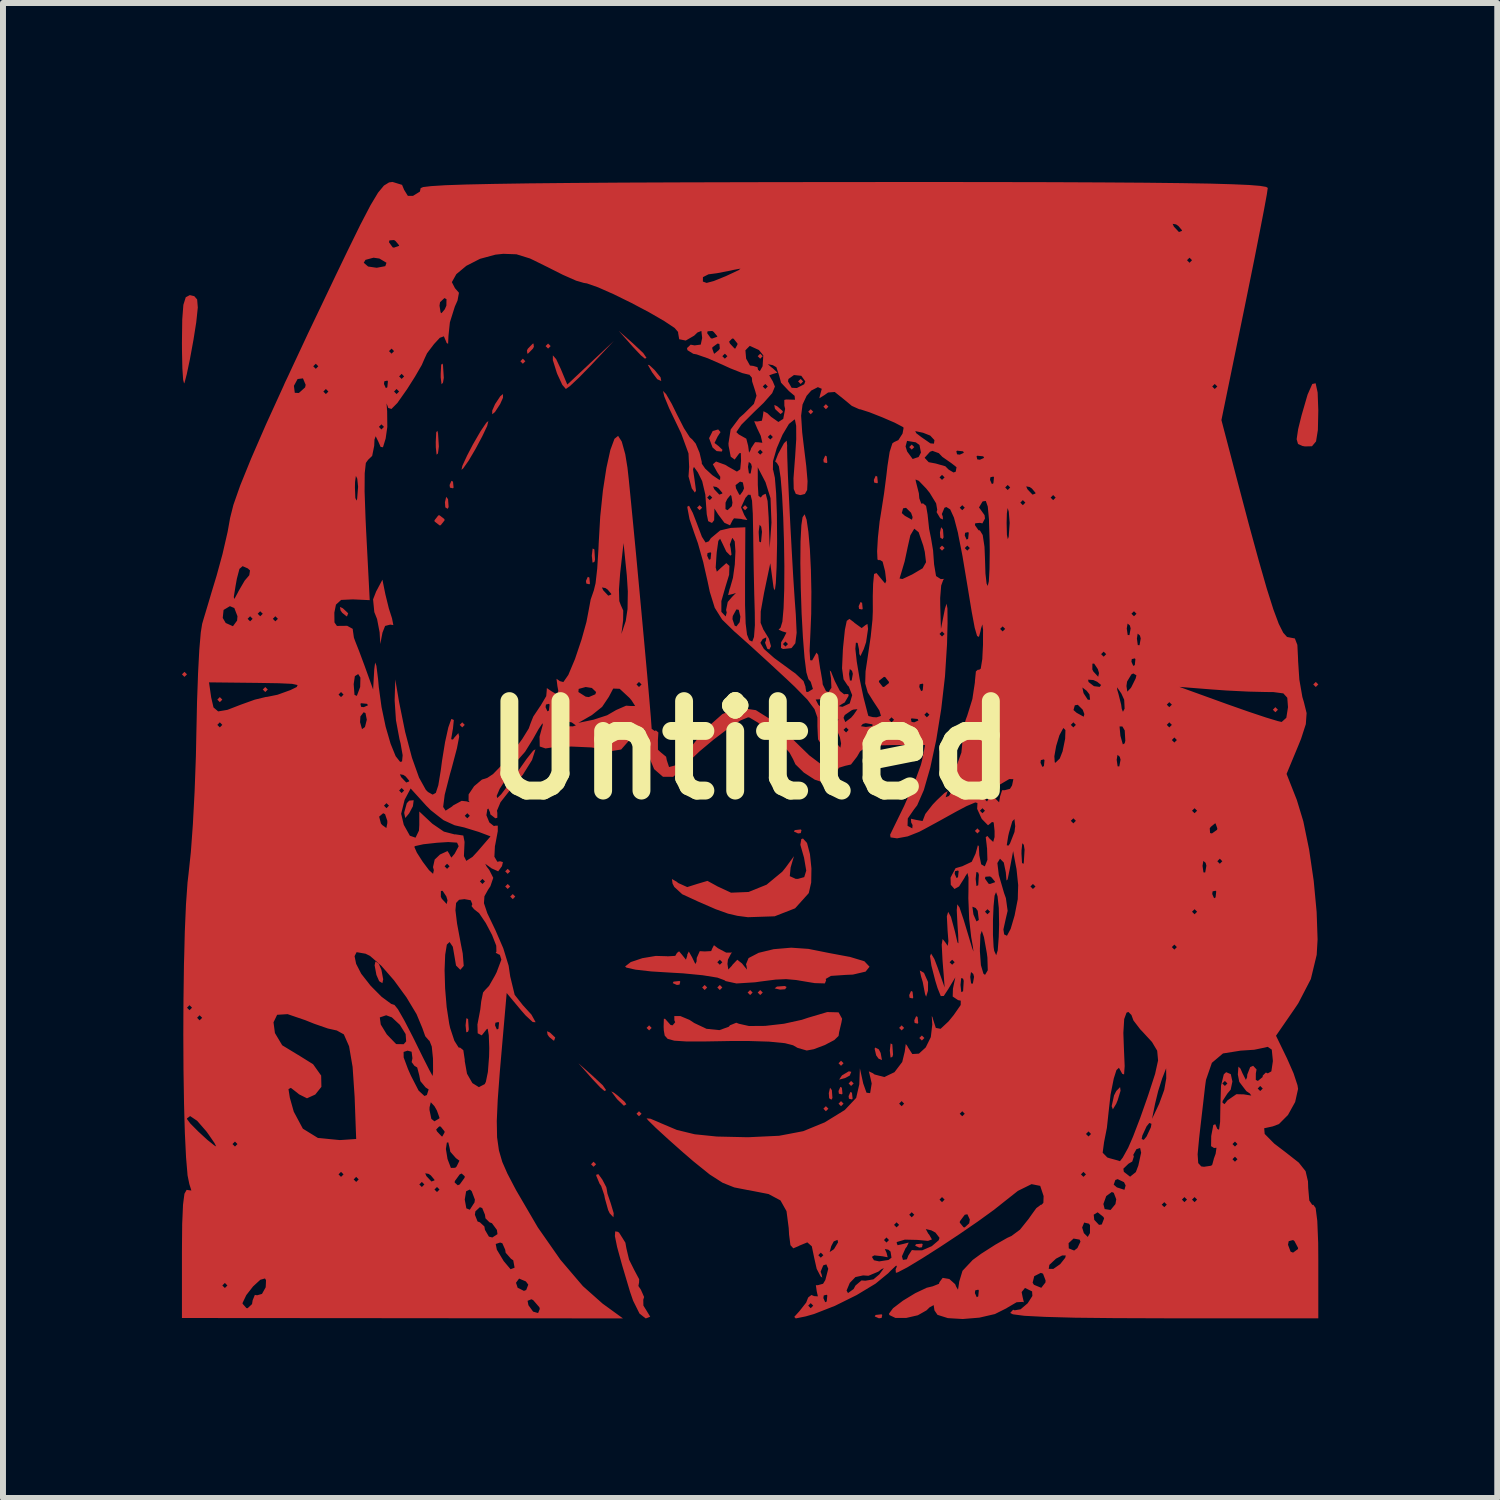
<source format=kicad_pcb>
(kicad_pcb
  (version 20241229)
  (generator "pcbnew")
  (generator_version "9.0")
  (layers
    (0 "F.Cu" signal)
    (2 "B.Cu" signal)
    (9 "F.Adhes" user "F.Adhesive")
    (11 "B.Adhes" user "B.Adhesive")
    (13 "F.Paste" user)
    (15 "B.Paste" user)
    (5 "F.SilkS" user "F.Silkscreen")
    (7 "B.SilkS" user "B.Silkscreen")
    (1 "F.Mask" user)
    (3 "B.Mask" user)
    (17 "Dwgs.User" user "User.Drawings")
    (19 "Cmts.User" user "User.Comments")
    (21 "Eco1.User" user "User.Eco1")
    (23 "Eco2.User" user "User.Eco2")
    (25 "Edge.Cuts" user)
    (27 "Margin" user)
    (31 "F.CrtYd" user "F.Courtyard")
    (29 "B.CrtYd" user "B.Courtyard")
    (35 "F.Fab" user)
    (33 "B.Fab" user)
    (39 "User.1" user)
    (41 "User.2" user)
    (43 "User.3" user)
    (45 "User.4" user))
  (footprint "Untitled"
    (layer "F.Cu")
    (at 9.525 9.525)
    (property "Reference" "Untitled" (at 0 0 0) (layer "F.SilkS") (effects (font (size 1.5 1.5) (thickness 0.3))))
    (attr board_only exclude_from_pos_files exclude_from_bom)
    (fp_poly (pts (xy -9.44 -1.27) (xy -9.483 -1.228) (xy -9.525 -1.27) (xy -9.483 -1.312)) (stroke (width 0) (type solid)) (fill yes) (layer "F.Cu"))
    (fp_poly (pts (xy -8.848 -0.847) (xy -8.89 -0.804) (xy -8.932 -0.847) (xy -8.89 -0.889)) (stroke (width 0) (type solid)) (fill yes) (layer "F.Cu"))
    (fp_poly (pts (xy -8.086 -1.016) (xy -8.128 -0.974) (xy -8.17 -1.016) (xy -8.128 -1.058)) (stroke (width 0) (type solid)) (fill yes) (layer "F.Cu"))
    (fp_poly (pts (xy -4.784 -0.423) (xy -4.826 -0.381) (xy -4.868 -0.423) (xy -4.826 -0.466)) (stroke (width 0) (type solid)) (fill yes) (layer "F.Cu"))
    (fp_poly (pts (xy -4.022 2.032) (xy -4.064 2.074) (xy -4.106 2.032) (xy -4.064 1.99)) (stroke (width 0) (type solid)) (fill yes) (layer "F.Cu"))
    (fp_poly (pts (xy -4.022 2.286) (xy -4.064 2.328) (xy -4.106 2.286) (xy -4.064 2.244)) (stroke (width 0) (type solid)) (fill yes) (layer "F.Cu"))
    (fp_poly (pts (xy -3.937 2.455) (xy -3.979 2.498) (xy -4.022 2.455) (xy -3.979 2.413)) (stroke (width 0) (type solid)) (fill yes) (layer "F.Cu"))
    (fp_poly (pts (xy -3.768 -6.519) (xy -3.81 -6.477) (xy -3.852 -6.519) (xy -3.81 -6.562)) (stroke (width 0) (type solid)) (fill yes) (layer "F.Cu"))
    (fp_poly (pts (xy -3.344 -6.773) (xy -3.387 -6.731) (xy -3.429 -6.773) (xy -3.387 -6.816)) (stroke (width 0) (type solid)) (fill yes) (layer "F.Cu"))
    (fp_poly (pts (xy -2.582 6.943) (xy -2.625 6.985) (xy -2.667 6.943) (xy -2.625 6.9)) (stroke (width 0) (type solid)) (fill yes) (layer "F.Cu"))
    (fp_poly (pts (xy -1.82 6.096) (xy -1.863 6.138) (xy -1.905 6.096) (xy -1.863 6.054)) (stroke (width 0) (type solid)) (fill yes) (layer "F.Cu"))
    (fp_poly (pts (xy -1.651 4.657) (xy -1.693 4.699) (xy -1.736 4.657) (xy -1.693 4.614)) (stroke (width 0) (type solid)) (fill yes) (layer "F.Cu"))
    (fp_poly (pts (xy -0.804 -4.064) (xy -0.847 -4.022) (xy -0.889 -4.064) (xy -0.847 -4.106)) (stroke (width 0) (type solid)) (fill yes) (layer "F.Cu"))
    (fp_poly (pts (xy -0.72 3.979) (xy -0.762 4.022) (xy -0.804 3.979) (xy -0.762 3.937)) (stroke (width 0) (type solid)) (fill yes) (layer "F.Cu"))
    (fp_poly (pts (xy -0.466 3.979) (xy -0.508 4.022) (xy -0.55 3.979) (xy -0.508 3.937)) (stroke (width 0) (type solid)) (fill yes) (layer "F.Cu"))
    (fp_poly (pts (xy -0.042 -4.064) (xy -0.085 -4.022) (xy -0.127 -4.064) (xy -0.085 -4.106)) (stroke (width 0) (type solid)) (fill yes) (layer "F.Cu"))
    (fp_poly (pts (xy 0.042 4.064) (xy 0 4.106) (xy -0.042 4.064) (xy 0 4.022)) (stroke (width 0) (type solid)) (fill yes) (layer "F.Cu"))
    (fp_poly (pts (xy 0.212 -6.604) (xy 0.169 -6.562) (xy 0.127 -6.604) (xy 0.169 -6.646)) (stroke (width 0) (type solid)) (fill yes) (layer "F.Cu"))
    (fp_poly (pts (xy 0.212 4.064) (xy 0.169 4.106) (xy 0.127 4.064) (xy 0.169 4.022)) (stroke (width 0) (type solid)) (fill yes) (layer "F.Cu"))
    (fp_poly (pts (xy 0.889 -6.181) (xy 0.847 -6.138) (xy 0.804 -6.181) (xy 0.847 -6.223)) (stroke (width 0) (type solid)) (fill yes) (layer "F.Cu"))
    (fp_poly (pts (xy 1.058 -5.673) (xy 1.016 -5.63) (xy 0.974 -5.673) (xy 1.016 -5.715)) (stroke (width 0) (type solid)) (fill yes) (layer "F.Cu"))
    (fp_poly (pts (xy 1.312 -5.757) (xy 1.27 -5.715) (xy 1.228 -5.757) (xy 1.27 -5.8)) (stroke (width 0) (type solid)) (fill yes) (layer "F.Cu"))
    (fp_poly (pts (xy 1.312 6.011) (xy 1.27 6.054) (xy 1.228 6.011) (xy 1.27 5.969)) (stroke (width 0) (type solid)) (fill yes) (layer "F.Cu"))
    (fp_poly (pts (xy 1.566 5.249) (xy 1.524 5.292) (xy 1.482 5.249) (xy 1.524 5.207)) (stroke (width 0) (type solid)) (fill yes) (layer "F.Cu"))
    (fp_poly (pts (xy 1.566 5.927) (xy 1.524 5.969) (xy 1.482 5.927) (xy 1.524 5.884)) (stroke (width 0) (type solid)) (fill yes) (layer "F.Cu"))
    (fp_poly (pts (xy 1.736 5.588) (xy 1.693 5.63) (xy 1.651 5.588) (xy 1.693 5.546)) (stroke (width 0) (type solid)) (fill yes) (layer "F.Cu"))
    (fp_poly (pts (xy 2.582 4.657) (xy 2.54 4.699) (xy 2.498 4.657) (xy 2.54 4.614)) (stroke (width 0) (type solid)) (fill yes) (layer "F.Cu"))
    (fp_poly (pts (xy 2.752 -5.08) (xy 2.709 -5.038) (xy 2.667 -5.08) (xy 2.709 -5.122)) (stroke (width 0) (type solid)) (fill yes) (layer "F.Cu"))
    (fp_poly (pts (xy 2.921 4.826) (xy 2.879 4.868) (xy 2.836 4.826) (xy 2.879 4.784)) (stroke (width 0) (type solid)) (fill yes) (layer "F.Cu"))
    (fp_poly (pts (xy 3.26 -3.387) (xy 3.217 -3.344) (xy 3.175 -3.387) (xy 3.217 -3.429)) (stroke (width 0) (type solid)) (fill yes) (layer "F.Cu"))
    (fp_poly (pts (xy 3.852 1.355) (xy 3.81 1.397) (xy 3.768 1.355) (xy 3.81 1.312)) (stroke (width 0) (type solid)) (fill yes) (layer "F.Cu"))
    (fp_poly (pts (xy 8.848 -0.677) (xy 8.805 -0.635) (xy 8.763 -0.677) (xy 8.805 -0.72)) (stroke (width 0) (type solid)) (fill yes) (layer "F.Cu"))
    (fp_poly (pts (xy 9.525 -1.101) (xy 9.483 -1.058) (xy 9.44 -1.101) (xy 9.483 -1.143)) (stroke (width 0) (type solid)) (fill yes) (layer "F.Cu"))
    (fp_poly (pts (xy -5.064 -4.207) (xy -5.054 -4.075) (xy -5.071 -4.045) (xy -5.11 -4.07) (xy -5.116 -4.156) (xy -5.095 -4.246)) (stroke (width 0) (type solid)) (fill yes) (layer "F.Cu"))
    (fp_poly (pts (xy -4.981 -4.501) (xy -4.971 -4.401) (xy -4.981 -4.389) (xy -5.032 -4.4) (xy -5.038 -4.445) (xy -5.007 -4.515)) (stroke (width 0) (type solid)) (fill yes) (layer "F.Cu"))
    (fp_poly (pts (xy -4.728 4.508) (xy -4.716 4.682) (xy -4.728 4.72) (xy -4.758 4.731) (xy -4.77 4.614) (xy -4.757 4.494)) (stroke (width 0) (type solid)) (fill yes) (layer "F.Cu"))
    (fp_poly (pts (xy -2.695 -2.893) (xy -2.685 -2.792) (xy -2.695 -2.78) (xy -2.746 -2.792) (xy -2.752 -2.836) (xy -2.721 -2.906)) (stroke (width 0) (type solid)) (fill yes) (layer "F.Cu"))
    (fp_poly (pts (xy -2.611 -3.365) (xy -2.6 -3.192) (xy -2.611 -3.154) (xy -2.642 -3.143) (xy -2.654 -3.26) (xy -2.64 -3.38)) (stroke (width 0) (type solid)) (fill yes) (layer "F.Cu"))
    (fp_poly (pts (xy -1.171 3.881) (xy -1.183 3.931) (xy -1.228 3.937) (xy -1.297 3.906) (xy -1.284 3.881) (xy -1.184 3.87)) (stroke (width 0) (type solid)) (fill yes) (layer "F.Cu"))
    (fp_poly (pts (xy 0.612 3.971) (xy 0.587 4.009) (xy 0.501 4.015) (xy 0.411 3.994) (xy 0.45 3.964) (xy 0.582 3.954)) (stroke (width 0) (type solid)) (fill yes) (layer "F.Cu"))
    (fp_poly (pts (xy 0.861 1.341) (xy 0.849 1.391) (xy 0.804 1.397) (xy 0.735 1.366) (xy 0.748 1.341) (xy 0.848 1.33)) (stroke (width 0) (type solid)) (fill yes) (layer "F.Cu"))
    (fp_poly (pts (xy 1.284 -4.925) (xy 1.294 -4.824) (xy 1.284 -4.812) (xy 1.234 -4.824) (xy 1.228 -4.868) (xy 1.259 -4.938)) (stroke (width 0) (type solid)) (fill yes) (layer "F.Cu"))
    (fp_poly (pts (xy 1.37 5.699) (xy 1.38 5.831) (xy 1.363 5.861) (xy 1.325 5.836) (xy 1.319 5.75) (xy 1.34 5.66)) (stroke (width 0) (type solid)) (fill yes) (layer "F.Cu"))
    (fp_poly (pts (xy 1.538 5.659) (xy 1.548 5.759) (xy 1.538 5.771) (xy 1.488 5.76) (xy 1.482 5.715) (xy 1.513 5.645)) (stroke (width 0) (type solid)) (fill yes) (layer "F.Cu"))
    (fp_poly (pts (xy 1.707 5.743) (xy 1.718 5.844) (xy 1.707 5.856) (xy 1.657 5.844) (xy 1.651 5.8) (xy 1.682 5.73)) (stroke (width 0) (type solid)) (fill yes) (layer "F.Cu"))
    (fp_poly (pts (xy 1.877 -2.469) (xy 1.887 -2.369) (xy 1.877 -2.357) (xy 1.826 -2.368) (xy 1.82 -2.413) (xy 1.851 -2.483)) (stroke (width 0) (type solid)) (fill yes) (layer "F.Cu"))
    (fp_poly (pts (xy 2.131 -4.586) (xy 2.141 -4.486) (xy 2.131 -4.473) (xy 2.08 -4.485) (xy 2.074 -4.53) (xy 2.105 -4.599)) (stroke (width 0) (type solid)) (fill yes) (layer "F.Cu"))
    (fp_poly (pts (xy 2.215 9.469) (xy 2.204 9.519) (xy 2.159 9.525) (xy 2.089 9.494) (xy 2.103 9.469) (xy 2.203 9.458)) (stroke (width 0) (type solid)) (fill yes) (layer "F.Cu"))
    (fp_poly (pts (xy 2.384 4.932) (xy 2.396 5.105) (xy 2.384 5.144) (xy 2.354 5.154) (xy 2.342 5.038) (xy 2.355 4.917)) (stroke (width 0) (type solid)) (fill yes) (layer "F.Cu"))
    (fp_poly (pts (xy 2.723 4.05) (xy 2.734 4.15) (xy 2.723 4.163) (xy 2.673 4.151) (xy 2.667 4.106) (xy 2.698 4.037)) (stroke (width 0) (type solid)) (fill yes) (layer "F.Cu"))
    (fp_poly (pts (xy 2.808 4.473) (xy 2.818 4.574) (xy 2.808 4.586) (xy 2.758 4.574) (xy 2.752 4.53) (xy 2.783 4.46)) (stroke (width 0) (type solid)) (fill yes) (layer "F.Cu"))
    (fp_poly (pts (xy 2.893 8.283) (xy 2.881 8.334) (xy 2.836 8.34) (xy 2.767 8.309) (xy 2.78 8.283) (xy 2.88 8.273)) (stroke (width 0) (type solid)) (fill yes) (layer "F.Cu"))
    (fp_poly (pts (xy 3.233 -3.699) (xy 3.243 -3.567) (xy 3.226 -3.537) (xy 3.188 -3.562) (xy 3.182 -3.648) (xy 3.202 -3.738)) (stroke (width 0) (type solid)) (fill yes) (layer "F.Cu"))
    (fp_poly (pts (xy -6.829 -2.379) (xy -6.738 -2.294) (xy -6.757 -2.244) (xy -6.768 -2.244) (xy -6.84 -2.304) (xy -6.866 -2.341) (xy -6.876 -2.399)) (stroke (width 0) (type solid)) (fill yes) (layer "F.Cu"))
    (fp_poly (pts (xy -3.357 4.733) (xy -3.267 4.818) (xy -3.285 4.868) (xy -3.297 4.868) (xy -3.369 4.808) (xy -3.395 4.771) (xy -3.405 4.713)) (stroke (width 0) (type solid)) (fill yes) (layer "F.Cu"))
    (fp_poly (pts (xy -1.688 -6.453) (xy -1.602 -6.373) (xy -1.501 -6.249) (xy -1.49 -6.187) (xy -1.557 -6.218) (xy -1.643 -6.333) (xy -1.715 -6.46)) (stroke (width 0) (type solid)) (fill yes) (layer "F.Cu"))
    (fp_poly (pts (xy 0.453 -5.765) (xy 0.543 -5.687) (xy 0.55 -5.668) (xy 0.51 -5.633) (xy 0.426 -5.711) (xy 0.415 -5.728) (xy 0.405 -5.786)) (stroke (width 0) (type solid)) (fill yes) (layer "F.Cu"))
    (fp_poly (pts (xy 1.696 5.393) (xy 1.67 5.456) (xy 1.591 5.498) (xy 1.492 5.524) (xy 1.533 5.462) (xy 1.544 5.45) (xy 1.655 5.384)) (stroke (width 0) (type solid)) (fill yes) (layer "F.Cu"))
    (fp_poly (pts (xy 2.156 5.015) (xy 2.188 5.076) (xy 2.21 5.196) (xy 2.153 5.172) (xy 2.113 5.117) (xy 2.087 5.006) (xy 2.098 4.986)) (stroke (width 0) (type solid)) (fill yes) (layer "F.Cu"))
    (fp_poly (pts (xy -6.227 3.577) (xy -6.181 3.683) (xy -6.151 3.843) (xy -6.165 3.907) (xy -6.219 3.873) (xy -6.265 3.768) (xy -6.295 3.607) (xy -6.281 3.543)) (stroke (width 0) (type solid)) (fill yes) (layer "F.Cu"))
    (fp_poly (pts (xy -5.653 0.941) (xy -5.715 1.058) (xy -5.781 1.138) (xy -5.798 1.061) (xy -5.798 1.042) (xy -5.755 0.889) (xy -5.715 0.847) (xy -5.64 0.84)) (stroke (width 0) (type solid)) (fill yes) (layer "F.Cu"))
    (fp_poly (pts (xy -5.232 -5.312) (xy -5.218 -5.091) (xy -5.233 -4.973) (xy -5.256 -4.953) (xy -5.269 -5.075) (xy -5.27 -5.165) (xy -5.262 -5.329) (xy -5.243 -5.354)) (stroke (width 0) (type solid)) (fill yes) (layer "F.Cu"))
    (fp_poly (pts (xy -5.149 -6.456) (xy -5.135 -6.241) (xy -5.149 -6.16) (xy -5.173 -6.133) (xy -5.187 -6.25) (xy -5.187 -6.308) (xy -5.179 -6.462) (xy -5.157 -6.48)) (stroke (width 0) (type solid)) (fill yes) (layer "F.Cu"))
    (fp_poly (pts (xy -5.125 -3.873) (xy -5.122 -3.852) (xy -5.187 -3.77) (xy -5.207 -3.768) (xy -5.289 -3.832) (xy -5.292 -3.852) (xy -5.227 -3.935) (xy -5.207 -3.937)) (stroke (width 0) (type solid)) (fill yes) (layer "F.Cu"))
    (fp_poly (pts (xy -4.143 -5.907) (xy -4.191 -5.8) (xy -4.278 -5.667) (xy -4.324 -5.63) (xy -4.323 -5.693) (xy -4.276 -5.8) (xy -4.188 -5.933) (xy -4.143 -5.969)) (stroke (width 0) (type solid)) (fill yes) (layer "F.Cu"))
    (fp_poly (pts (xy -3.625 -6.761) (xy -3.641 -6.731) (xy -3.72 -6.65) (xy -3.735 -6.646) (xy -3.741 -6.701) (xy -3.725 -6.731) (xy -3.646 -6.812) (xy -3.631 -6.816)) (stroke (width 0) (type solid)) (fill yes) (layer "F.Cu"))
    (fp_poly (pts (xy -2.646 5.455) (xy -2.469 5.62) (xy -2.414 5.7) (xy -2.441 5.715) (xy -2.509 5.658) (xy -2.641 5.518) (xy -2.673 5.482) (xy -2.879 5.249)) (stroke (width 0) (type solid)) (fill yes) (layer "F.Cu"))
    (fp_poly (pts (xy -2.284 5.742) (xy -2.223 5.789) (xy -2.105 5.893) (xy -2.074 5.937) (xy -2.116 5.962) (xy -2.228 5.854) (xy -2.254 5.821) (xy -2.328 5.721)) (stroke (width 0) (type solid)) (fill yes) (layer "F.Cu"))
    (fp_poly (pts (xy -1.968 -6.822) (xy -1.792 -6.657) (xy -1.737 -6.576) (xy -1.763 -6.562) (xy -1.831 -6.618) (xy -1.964 -6.759) (xy -1.996 -6.795) (xy -2.201 -7.027)) (stroke (width 0) (type solid)) (fill yes) (layer "F.Cu"))
    (fp_poly (pts (xy 6.21 5.71) (xy 6.162 5.868) (xy 6.138 5.927) (xy 6.081 6.022) (xy 6.061 5.969) (xy 6.101 5.788) (xy 6.138 5.715) (xy 6.202 5.649)) (stroke (width 0) (type solid)) (fill yes) (layer "F.Cu"))
    (fp_poly (pts (xy 2.91 3.731) (xy 2.916 3.737) (xy 2.983 3.888) (xy 2.982 4.033) (xy 2.951 4.134) (xy 2.933 4.092) (xy 2.894 3.888) (xy 2.866 3.796) (xy 2.844 3.694)) (stroke (width 0) (type solid)) (fill yes) (layer "F.Cu"))
    (fp_poly (pts (xy -0.496 -5.331) (xy -0.544 -5.258) (xy -0.597 -5.149) (xy -0.533 -5.1) (xy -0.463 -5.034) (xy -0.475 -5.005) (xy -0.562 -5.013) (xy -0.63 -5.074) (xy -0.688 -5.23) (xy -0.627 -5.35) (xy -0.535 -5.376)) (stroke (width 0) (type solid)) (fill yes) (layer "F.Cu"))
    (fp_poly (pts (xy -4.408 -5.434) (xy -4.49 -5.261) (xy -4.603 -5.049) (xy -4.719 -4.852) (xy -4.81 -4.723) (xy -4.839 -4.699) (xy -4.824 -4.766) (xy -4.744 -4.939) (xy -4.648 -5.123) (xy -4.519 -5.346) (xy -4.423 -5.488) (xy -4.388 -5.517)) (stroke (width 0) (type solid)) (fill yes) (layer "F.Cu"))
    (fp_poly (pts (xy -6.115 -2.614) (xy -6.056 -2.374) (xy -6.003 -2.209) (xy -5.981 -2.096) (xy -6.033 -2.104) (xy -6.119 -2.082) (xy -6.163 -1.97) (xy -6.2 -1.778) (xy -6.211 -1.974) (xy -6.254 -2.198) (xy -6.3 -2.314) (xy -6.321 -2.527) (xy -6.27 -2.658) (xy -6.164 -2.857)) (stroke (width 0) (type solid)) (fill yes) (layer "F.Cu"))
    (fp_poly (pts (xy -2.663 -6.456) (xy -2.864 -6.25) (xy -3.018 -6.105) (xy -3.089 -6.054) (xy -3.149 -6.124) (xy -3.229 -6.296) (xy -3.24 -6.323) (xy -3.307 -6.537) (xy -3.307 -6.618) (xy -3.251 -6.554) (xy -3.174 -6.39) (xy -3.065 -6.128) (xy -2.676 -6.493) (xy -2.286 -6.858)) (stroke (width 0) (type solid)) (fill yes) (layer "F.Cu"))
    (fp_poly (pts (xy 9.514 -5.995) (xy 9.525 -5.695) (xy 9.518 -5.366) (xy 9.487 -5.175) (xy 9.419 -5.094) (xy 9.301 -5.091) (xy 9.259 -5.099) (xy 9.185 -5.132) (xy 9.162 -5.212) (xy 9.187 -5.381) (xy 9.245 -5.614) (xy 9.345 -5.959) (xy 9.424 -6.138) (xy 9.48 -6.15)) (stroke (width 0) (type solid)) (fill yes) (layer "F.Cu"))
    (fp_poly (pts (xy -9.318 -7.61) (xy -9.27 -7.555) (xy -9.259 -7.419) (xy -9.285 -7.173) (xy -9.332 -6.876) (xy -9.391 -6.554) (xy -9.444 -6.302) (xy -9.481 -6.161) (xy -9.489 -6.147) (xy -9.505 -6.208) (xy -9.518 -6.402) (xy -9.524 -6.692) (xy -9.525 -6.83) (xy -9.52 -7.218) (xy -9.501 -7.464) (xy -9.461 -7.592) (xy -9.393 -7.628)) (stroke (width 0) (type solid)) (fill yes) (layer "F.Cu"))
    (fp_poly (pts (xy -2.479 7.197) (xy -2.411 7.327) (xy -2.403 7.366) (xy -2.392 7.434) (xy -2.336 7.599) (xy -2.336 7.599) (xy -2.287 7.763) (xy -2.291 7.832) (xy -2.291 7.832) (xy -2.354 7.765) (xy -2.38 7.711) (xy -2.435 7.514) (xy -2.445 7.46) (xy -2.497 7.307) (xy -2.523 7.27) (xy -2.579 7.137) (xy -2.58 7.119) (xy -2.544 7.108)) (stroke (width 0) (type solid)) (fill yes) (layer "F.Cu"))
    (fp_poly (pts (xy -2.216 8.075) (xy -2.195 8.091) (xy -2.091 8.257) (xy -2.074 8.353) (xy -2.029 8.542) (xy -1.938 8.724) (xy -1.86 8.87) (xy -1.862 8.932) (xy -1.863 8.932) (xy -1.873 8.984) (xy -1.831 9.046) (xy -1.777 9.168) (xy -1.791 9.213) (xy -1.789 9.312) (xy -1.737 9.396) (xy -1.675 9.498) (xy -1.742 9.525) (xy -1.754 9.525) (xy -1.854 9.446) (xy -1.962 9.229) (xy -2.013 9.081) (xy -2.146 8.634) (xy -2.23 8.329) (xy -2.267 8.147) (xy -2.262 8.068)) (stroke (width 0) (type solid)) (fill yes) (layer "F.Cu"))
    (fp_poly (pts (xy 0.954 1.557) (xy 1.003 1.743) (xy 1.028 1.983) (xy 1.024 2.219) (xy 0.984 2.394) (xy 0.979 2.402) (xy 0.754 2.652) (xy 0.411 2.786) (xy -0.037 2.801) (xy -0.212 2.778) (xy -0.371 2.741) (xy -0.577 2.667) (xy -0.867 2.541) (xy -1.138 2.416) (xy -1.272 2.293) (xy -1.3 2.238) (xy -1.311 2.161) (xy -1.233 2.205) (xy -1.205 2.228) (xy -1.054 2.296) (xy -0.887 2.243) (xy -0.715 2.192) (xy -0.563 2.275) (xy -0.558 2.279) (xy -0.32 2.39) (xy -0.027 2.378) (xy 0.276 2.256) (xy 0.54 2.037) (xy 0.595 1.969) (xy 0.735 1.778) (xy 0.679 1.968) (xy 0.665 2.113) (xy 0.764 2.158) (xy 0.8 2.159) (xy 0.907 2.129) (xy 0.941 2.02) (xy 0.904 1.804) (xy 0.842 1.587) (xy 0.858 1.491) (xy 0.886 1.482)) (stroke (width 0) (type solid)) (fill yes) (layer "F.Cu"))
    (fp_poly (pts (xy 0.621 -5.105) (xy 0.62 -5.068) (xy 0.623 -4.909) (xy 0.633 -4.619) (xy 0.651 -4.235) (xy 0.673 -3.795) (xy 0.698 -3.337) (xy 0.723 -2.898) (xy 0.748 -2.517) (xy 0.766 -2.274) (xy 0.78 -1.967) (xy 0.758 -1.791) (xy 0.696 -1.713) (xy 0.687 -1.709) (xy 0.551 -1.695) (xy 0.517 -1.713) (xy 0.519 -1.778) (xy 0.55 -1.778) (xy 0.593 -1.736) (xy 0.635 -1.778) (xy 0.593 -1.82) (xy 0.55 -1.778) (xy 0.519 -1.778) (xy 0.52 -1.809) (xy 0.561 -1.876) (xy 0.609 -1.97) (xy 0.54 -1.991) (xy 0.477 -2.019) (xy 0.511 -2.054) (xy 0.541 -2.154) (xy 0.561 -2.381) (xy 0.572 -2.701) (xy 0.574 -3.083) (xy 0.568 -3.493) (xy 0.555 -3.899) (xy 0.536 -4.266) (xy 0.512 -4.564) (xy 0.482 -4.758) (xy 0.448 -4.815) (xy 0.448 -4.815) (xy 0.42 -4.838) (xy 0.469 -4.964) (xy 0.568 -5.146) (xy 0.613 -5.188)) (stroke (width 0) (type solid)) (fill yes) (layer "F.Cu"))
    (fp_poly (pts (xy 1.483 4.396) (xy 1.542 4.503) (xy 1.531 4.565) (xy 1.492 4.729) (xy 1.483 4.791) (xy 1.412 4.86) (xy 1.25 4.945) (xy 1.067 5.014) (xy 0.949 5.036) (xy 0.794 4.991) (xy 0.72 4.948) (xy 0.584 4.913) (xy 0.319 4.887) (xy -0.034 4.876) (xy -0.296 4.876) (xy -0.755 4.884) (xy -1.071 4.884) (xy -1.271 4.871) (xy -1.383 4.84) (xy -1.432 4.785) (xy -1.447 4.7) (xy -1.45 4.635) (xy -1.446 4.503) (xy -1.422 4.506) (xy -1.422 4.508) (xy -1.334 4.607) (xy -1.3 4.614) (xy -1.256 4.562) (xy -1.27 4.53) (xy -1.271 4.458) (xy -1.17 4.458) (xy -1.015 4.523) (xy -0.936 4.575) (xy -0.731 4.672) (xy -0.514 4.694) (xy -0.357 4.637) (xy -0.338 4.613) (xy -0.232 4.57) (xy -0.188 4.587) (xy -0.02 4.625) (xy 0.252 4.623) (xy 0.567 4.587) (xy 0.867 4.521) (xy 0.969 4.487) (xy 1.293 4.391)) (stroke (width 0) (type solid)) (fill yes) (layer "F.Cu"))
    (fp_poly (pts (xy -0.54 3.321) (xy -0.402 3.394) (xy -0.35 3.394) (xy -0.3 3.395) (xy -0.318 3.408) (xy -0.372 3.512) (xy -0.38 3.584) (xy -0.366 3.678) (xy -0.307 3.616) (xy -0.295 3.598) (xy -0.215 3.514) (xy -0.134 3.578) (xy -0.119 3.598) (xy -0.052 3.68) (xy -0.061 3.617) (xy -0.069 3.59) (xy -0.026 3.486) (xy 0.143 3.398) (xy 0.395 3.337) (xy 0.688 3.312) (xy 0.977 3.332) (xy 1.021 3.341) (xy 1.337 3.404) (xy 1.653 3.463) (xy 1.672 3.466) (xy 1.916 3.54) (xy 2.002 3.631) (xy 1.936 3.713) (xy 1.723 3.763) (xy 1.604 3.768) (xy 1.355 3.785) (xy 1.267 3.836) (xy 1.274 3.859) (xy 1.253 3.911) (xy 1.084 3.906) (xy 1.004 3.893) (xy 0.771 3.854) (xy 0.603 3.839) (xy 0.428 3.847) (xy 0.176 3.879) (xy 0.085 3.892) (xy -0.228 3.912) (xy -0.411 3.872) (xy -0.429 3.858) (xy -0.548 3.814) (xy -0.795 3.774) (xy -1.125 3.742) (xy -1.318 3.731) (xy -1.659 3.71) (xy -1.923 3.68) (xy -2.074 3.646) (xy -2.096 3.627) (xy -2.001 3.553) (xy -1.807 3.488) (xy -1.581 3.45) (xy -1.394 3.455) (xy -1.383 3.457) (xy -1.255 3.449) (xy -1.226 3.4) (xy -1.191 3.373) (xy -1.143 3.429) (xy -1.076 3.513) (xy -1.055 3.45) (xy -1.054 3.429) (xy -1.028 3.376) (xy -0.974 3.471) (xy -0.918 3.586) (xy -0.903 3.556) (xy -0.55 3.556) (xy -0.508 3.598) (xy -0.466 3.556) (xy -0.508 3.514) (xy -0.55 3.556) (xy -0.903 3.556) (xy -0.898 3.547) (xy -0.895 3.483) (xy -0.844 3.37) (xy -0.762 3.375) (xy -0.653 3.369) (xy -0.635 3.325) (xy -0.606 3.27)) (stroke (width 0) (type solid)) (fill yes) (layer "F.Cu"))
    (fp_poly (pts (xy -5.835 -9.476) (xy -5.8 -9.392) (xy -5.738 -9.292) (xy -5.652 -9.291) (xy -5.536 -9.363) (xy -5.523 -9.421) (xy -5.482 -9.439) (xy -5.347 -9.455) (xy -5.109 -9.47) (xy -4.761 -9.482) (xy -4.297 -9.492) (xy -3.709 -9.501) (xy -2.989 -9.508) (xy -2.13 -9.514) (xy -1.125 -9.518) (xy 0.033 -9.521) (xy 1.352 -9.523) (xy 1.568 -9.523) (xy 2.884 -9.524) (xy 4.04 -9.523) (xy 5.045 -9.521) (xy 5.905 -9.517) (xy 6.632 -9.512) (xy 7.232 -9.505) (xy 7.715 -9.497) (xy 8.09 -9.486) (xy 8.365 -9.474) (xy 8.549 -9.459) (xy 8.65 -9.442) (xy 8.678 -9.425) (xy 8.662 -9.315) (xy 8.616 -9.064) (xy 8.545 -8.698) (xy 8.455 -8.24) (xy 8.349 -7.717) (xy 8.29 -7.427) (xy 7.901 -5.533) (xy 8.16 -4.545) (xy 8.36 -3.787) (xy 8.526 -3.18) (xy 8.661 -2.709) (xy 8.772 -2.359) (xy 8.862 -2.117) (xy 8.937 -1.968) (xy 9.001 -1.897) (xy 9.047 -1.888) (xy 9.132 -1.872) (xy 9.174 -1.764) (xy 9.186 -1.526) (xy 9.186 -1.498) (xy 9.207 -1.184) (xy 9.258 -0.89) (xy 9.283 -0.807) (xy 9.329 -0.621) (xy 9.316 -0.436) (xy 9.236 -0.189) (xy 9.186 -0.066) (xy 8.993 0.399) (xy 9.165 0.835) (xy 9.274 1.194) (xy 9.371 1.666) (xy 9.448 2.191) (xy 9.497 2.712) (xy 9.513 3.172) (xy 9.498 3.432) (xy 9.4 3.838) (xy 9.19 4.243) (xy 9.131 4.331) (xy 8.816 4.788) (xy 9.001 5.169) (xy 9.11 5.417) (xy 9.176 5.617) (xy 9.186 5.679) (xy 9.137 5.899) (xy 9.017 6.116) (xy 8.865 6.269) (xy 8.761 6.308) (xy 8.618 6.339) (xy 8.626 6.434) (xy 8.786 6.596) (xy 8.975 6.74) (xy 9.198 6.915) (xy 9.312 7.059) (xy 9.352 7.229) (xy 9.356 7.343) (xy 9.374 7.55) (xy 9.424 7.625) (xy 9.44 7.62) (xy 9.48 7.675) (xy 9.508 7.891) (xy 9.523 8.26) (xy 9.525 8.546) (xy 9.525 9.525) (xy 6.943 9.525) (xy 6.111 9.522) (xy 5.446 9.515) (xy 4.942 9.501) (xy 4.596 9.483) (xy 4.405 9.458) (xy 4.36 9.435) (xy 4.409 9.381) (xy 4.434 9.391) (xy 4.534 9.374) (xy 4.653 9.273) (xy 4.732 9.15) (xy 4.727 9.074) (xy 4.608 9.016) (xy 4.552 9.085) (xy 4.567 9.163) (xy 4.589 9.256) (xy 4.565 9.25) (xy 4.467 9.256) (xy 4.307 9.35) (xy 4.295 9.358) (xy 4.103 9.454) (xy 3.843 9.514) (xy 3.564 9.537) (xy 3.315 9.522) (xy 3.141 9.467) (xy 3.09 9.392) (xy 3.077 9.304) (xy 3.009 9.341) (xy 2.957 9.392) (xy 2.812 9.474) (xy 2.617 9.519) (xy 2.436 9.519) (xy 2.334 9.47) (xy 2.328 9.447) (xy 2.396 9.356) (xy 2.561 9.23) (xy 2.768 9.104) (xy 2.772 9.102) (xy 3.768 9.102) (xy 3.799 9.171) (xy 3.824 9.158) (xy 3.834 9.058) (xy 3.824 9.045) (xy 3.774 9.057) (xy 3.768 9.102) (xy 2.772 9.102) (xy 2.96 9.013) (xy 3.06 8.989) (xy 3.165 8.947) (xy 3.175 8.918) (xy 3.228 8.847) (xy 3.339 8.866) (xy 3.437 8.953) (xy 3.455 8.996) (xy 3.485 9.046) (xy 3.503 8.933) (xy 3.503 8.928) (xy 4.736 8.928) (xy 4.758 8.963) (xy 4.881 9.014) (xy 4.951 8.924) (xy 4.953 8.89) (xy 4.91 8.777) (xy 4.873 8.763) (xy 4.763 8.819) (xy 4.736 8.928) (xy 3.503 8.928) (xy 3.504 8.915) (xy 3.56 8.729) (xy 3.591 8.696) (xy 5.006 8.696) (xy 5.083 8.697) (xy 5.198 8.617) (xy 5.282 8.511) (xy 5.292 8.472) (xy 5.232 8.471) (xy 5.128 8.525) (xy 5.016 8.63) (xy 5.006 8.696) (xy 3.591 8.696) (xy 3.731 8.547) (xy 3.873 8.443) (xy 4.112 8.29) (xy 4.156 8.265) (xy 5.339 8.265) (xy 5.342 8.353) (xy 5.432 8.389) (xy 5.486 8.348) (xy 5.513 8.292) (xy 9.017 8.292) (xy 9.061 8.408) (xy 9.102 8.424) (xy 9.184 8.364) (xy 9.186 8.345) (xy 9.125 8.23) (xy 9.102 8.213) (xy 9.029 8.232) (xy 9.017 8.292) (xy 5.513 8.292) (xy 5.538 8.24) (xy 5.524 8.206) (xy 5.422 8.188) (xy 5.339 8.265) (xy 4.156 8.265) (xy 4.312 8.176) (xy 4.381 8.145) (xy 4.524 8.039) (xy 4.553 8.003) (xy 5.566 8.003) (xy 5.595 8.097) (xy 5.66 8.161) (xy 5.697 8.097) (xy 5.698 7.965) (xy 5.681 7.939) (xy 5.6 7.92) (xy 5.566 8.003) (xy 4.553 8.003) (xy 4.673 7.853) (xy 4.685 7.835) (xy 4.718 7.788) (xy 5.76 7.788) (xy 5.769 7.874) (xy 5.849 7.959) (xy 5.895 7.952) (xy 5.934 7.851) (xy 5.923 7.826) (xy 5.826 7.748) (xy 5.76 7.788) (xy 4.718 7.788) (xy 4.798 7.678) (xy 4.877 7.619) (xy 4.885 7.623) (xy 4.897 7.609) (xy 5.922 7.609) (xy 5.944 7.694) (xy 6.043 7.709) (xy 6.116 7.62) (xy 6.9 7.62) (xy 6.943 7.662) (xy 6.985 7.62) (xy 6.943 7.578) (xy 6.9 7.62) (xy 6.116 7.62) (xy 6.124 7.611) (xy 6.137 7.535) (xy 7.239 7.535) (xy 7.281 7.578) (xy 7.324 7.535) (xy 7.408 7.535) (xy 7.451 7.578) (xy 7.493 7.535) (xy 7.451 7.493) (xy 7.408 7.535) (xy 7.324 7.535) (xy 7.281 7.493) (xy 7.239 7.535) (xy 6.137 7.535) (xy 6.138 7.53) (xy 6.096 7.421) (xy 6.063 7.408) (xy 5.97 7.476) (xy 5.922 7.609) (xy 4.897 7.609) (xy 4.916 7.589) (xy 4.92 7.476) (xy 4.863 7.305) (xy 4.758 7.284) (xy 6.095 7.284) (xy 6.148 7.33) (xy 6.275 7.371) (xy 6.295 7.298) (xy 6.268 7.243) (xy 6.161 7.192) (xy 6.123 7.206) (xy 6.095 7.284) (xy 4.758 7.284) (xy 4.718 7.276) (xy 4.489 7.389) (xy 4.27 7.562) (xy 4.086 7.708) (xy 3.822 7.899) (xy 3.511 8.113) (xy 3.188 8.327) (xy 2.885 8.52) (xy 2.637 8.67) (xy 2.478 8.753) (xy 2.444 8.763) (xy 2.439 8.704) (xy 2.46 8.657) (xy 2.449 8.64) (xy 2.353 8.73) (xy 2.316 8.769) (xy 2.103 8.944) (xy 1.785 9.136) (xy 1.422 9.316) (xy 1.072 9.453) (xy 0.932 9.493) (xy 0.765 9.527) (xy 0.74 9.501) (xy 0.826 9.406) (xy 0.899 9.313) (xy 0.974 9.313) (xy 1.016 9.356) (xy 1.058 9.313) (xy 1.016 9.271) (xy 0.974 9.313) (xy 0.899 9.313) (xy 0.94 9.261) (xy 0.969 9.186) (xy 1.228 9.186) (xy 1.259 9.256) (xy 1.284 9.243) (xy 1.294 9.142) (xy 1.284 9.13) (xy 1.234 9.142) (xy 1.228 9.186) (xy 0.969 9.186) (xy 0.974 9.175) (xy 1.028 9.134) (xy 1.073 9.153) (xy 1.136 9.157) (xy 1.116 9.069) (xy 1.115 9.06) (xy 1.617 9.06) (xy 1.641 9.102) (xy 1.735 9.034) (xy 1.766 8.976) (xy 1.867 8.89) (xy 1.931 8.895) (xy 2.068 8.872) (xy 2.167 8.788) (xy 2.242 8.685) (xy 2.205 8.7) (xy 2.149 8.743) (xy 1.984 8.812) (xy 1.894 8.806) (xy 1.765 8.834) (xy 1.671 8.931) (xy 1.617 9.06) (xy 1.115 9.06) (xy 1.102 8.97) (xy 1.135 8.97) (xy 1.223 8.946) (xy 1.261 8.883) (xy 1.31 8.695) (xy 1.278 8.621) (xy 1.226 8.637) (xy 1.182 8.744) (xy 1.198 8.79) (xy 1.21 8.843) (xy 1.182 8.823) (xy 1.116 8.696) (xy 1.078 8.528) (xy 1.065 8.467) (xy 1.143 8.467) (xy 1.185 8.509) (xy 1.199 8.495) (xy 2.041 8.495) (xy 2.076 8.552) (xy 2.163 8.571) (xy 2.32 8.547) (xy 2.37 8.509) (xy 2.354 8.407) (xy 2.317 8.375) (xy 2.258 8.363) (xy 2.287 8.426) (xy 2.306 8.502) (xy 2.218 8.485) (xy 2.081 8.47) (xy 2.041 8.495) (xy 1.199 8.495) (xy 1.228 8.467) (xy 1.185 8.424) (xy 1.143 8.467) (xy 1.065 8.467) (xy 1.054 8.414) (xy 1.334 8.414) (xy 1.396 8.373) (xy 1.408 8.362) (xy 1.472 8.255) (xy 2.455 8.255) (xy 2.472 8.3) (xy 2.557 8.281) (xy 2.659 8.255) (xy 2.626 8.325) (xy 2.604 8.353) (xy 2.545 8.486) (xy 2.562 8.546) (xy 2.628 8.536) (xy 2.652 8.473) (xy 2.712 8.38) (xy 2.756 8.385) (xy 2.883 8.386) (xy 3.045 8.316) (xy 3.161 8.217) (xy 3.175 8.176) (xy 3.107 8.088) (xy 3.036 8.05) (xy 2.945 8.029) (xy 2.985 8.103) (xy 3.002 8.123) (xy 3.048 8.203) (xy 2.982 8.227) (xy 2.806 8.211) (xy 2.594 8.206) (xy 2.464 8.245) (xy 2.455 8.255) (xy 1.472 8.255) (xy 1.474 8.251) (xy 1.466 8.213) (xy 2.244 8.213) (xy 2.286 8.255) (xy 2.328 8.213) (xy 2.286 8.17) (xy 2.244 8.213) (xy 1.466 8.213) (xy 1.465 8.21) (xy 1.402 8.236) (xy 1.36 8.315) (xy 1.334 8.414) (xy 1.054 8.414) (xy 1.034 8.318) (xy 0.959 8.252) (xy 0.825 8.307) (xy 0.816 8.313) (xy 0.724 8.352) (xy 0.676 8.299) (xy 0.653 8.121) (xy 0.647 8.013) (xy 0.64 7.959) (xy 2.413 7.959) (xy 2.455 8.001) (xy 2.498 7.959) (xy 2.46 7.921) (xy 3.514 7.921) (xy 3.578 7.999) (xy 3.598 8.001) (xy 3.673 7.932) (xy 3.683 7.869) (xy 3.642 7.781) (xy 3.598 7.789) (xy 3.517 7.898) (xy 3.514 7.921) (xy 2.46 7.921) (xy 2.455 7.916) (xy 2.413 7.959) (xy 0.64 7.959) (xy 0.618 7.789) (xy 2.667 7.789) (xy 2.709 7.832) (xy 2.752 7.789) (xy 2.709 7.747) (xy 2.667 7.789) (xy 0.618 7.789) (xy 0.61 7.729) (xy 0.509 7.549) (xy 0.483 7.535) (xy 3.175 7.535) (xy 3.217 7.578) (xy 3.26 7.535) (xy 3.217 7.493) (xy 3.175 7.535) (xy 0.483 7.535) (xy 0.309 7.442) (xy -0.024 7.377) (xy -0.045 7.374) (xy -0.265 7.331) (xy -0.461 7.253) (xy -0.676 7.115) (xy -0.68 7.112) (xy 5.546 7.112) (xy 5.588 7.154) (xy 5.63 7.112) (xy 5.588 7.07) (xy 5.546 7.112) (xy -0.68 7.112) (xy -0.798 7.017) (xy 6.257 7.017) (xy 6.265 7.069) (xy 6.37 7.151) (xy 6.466 7.074) (xy 6.508 6.964) (xy 6.549 6.775) (xy 7.502 6.775) (xy 7.512 6.923) (xy 7.563 6.979) (xy 7.609 6.985) (xy 7.729 6.967) (xy 7.747 6.95) (xy 7.772 6.858) (xy 8.086 6.858) (xy 8.128 6.9) (xy 8.17 6.858) (xy 8.128 6.816) (xy 8.086 6.858) (xy 7.772 6.858) (xy 7.773 6.851) (xy 7.804 6.766) (xy 7.818 6.666) (xy 7.777 6.67) (xy 7.727 6.639) (xy 7.728 6.604) (xy 8.086 6.604) (xy 8.128 6.646) (xy 8.17 6.604) (xy 8.128 6.562) (xy 8.086 6.604) (xy 7.728 6.604) (xy 7.73 6.469) (xy 7.733 6.452) (xy 7.765 6.285) (xy 7.798 6.271) (xy 7.832 6.35) (xy 7.861 6.364) (xy 7.879 6.234) (xy 7.883 5.986) (xy 7.883 5.977) (xy 7.894 5.625) (xy 7.903 5.588) (xy 7.916 5.588) (xy 7.959 5.63) (xy 8.001 5.588) (xy 7.959 5.546) (xy 7.916 5.588) (xy 7.903 5.588) (xy 7.941 5.435) (xy 7.98 5.399) (xy 8.058 5.432) (xy 8.085 5.555) (xy 8.056 5.692) (xy 8.001 5.757) (xy 7.921 5.881) (xy 7.919 5.91) (xy 7.953 5.935) (xy 8.003 5.871) (xy 8.152 5.768) (xy 8.276 5.771) (xy 8.402 5.791) (xy 8.376 5.755) (xy 8.319 5.717) (xy 8.285 5.673) (xy 8.509 5.673) (xy 8.551 5.715) (xy 8.594 5.673) (xy 8.551 5.63) (xy 8.509 5.673) (xy 8.285 5.673) (xy 8.2 5.561) (xy 8.176 5.436) (xy 8.186 5.306) (xy 8.22 5.339) (xy 8.255 5.419) (xy 8.311 5.528) (xy 8.331 5.484) (xy 8.334 5.44) (xy 8.383 5.314) (xy 8.433 5.292) (xy 8.49 5.353) (xy 8.478 5.419) (xy 8.477 5.528) (xy 8.512 5.546) (xy 8.591 5.481) (xy 8.594 5.456) (xy 8.646 5.405) (xy 8.678 5.419) (xy 8.738 5.385) (xy 8.763 5.218) (xy 8.763 5.203) (xy 8.745 5.021) (xy 8.677 4.974) (xy 8.629 4.986) (xy 8.451 5.023) (xy 8.222 5.038) (xy 7.927 5.085) (xy 7.741 5.242) (xy 7.642 5.529) (xy 7.628 5.63) (xy 7.592 5.943) (xy 7.549 6.313) (xy 7.528 6.498) (xy 7.502 6.775) (xy 6.549 6.775) (xy 6.555 6.749) (xy 6.538 6.67) (xy 6.476 6.69) (xy 6.423 6.785) (xy 6.433 6.813) (xy 6.406 6.897) (xy 6.344 6.933) (xy 6.257 7.017) (xy -0.798 7.017) (xy -0.952 6.893) (xy -1.101 6.764) (xy -1.119 6.749) (xy 5.91 6.749) (xy 5.988 6.829) (xy 6.025 6.841) (xy 6.164 6.879) (xy 6.2 6.891) (xy 6.246 6.832) (xy 6.333 6.675) (xy 6.337 6.668) (xy 6.402 6.519) (xy 6.564 6.519) (xy 6.599 6.534) (xy 6.646 6.477) (xy 6.718 6.323) (xy 6.728 6.265) (xy 6.693 6.25) (xy 6.646 6.308) (xy 6.575 6.462) (xy 6.564 6.519) (xy 6.402 6.519) (xy 6.42 6.477) (xy 6.533 6.182) (xy 6.534 6.181) (xy 6.738 6.181) (xy 6.858 5.927) (xy 6.942 5.696) (xy 6.976 5.503) (xy 6.974 5.334) (xy 6.908 5.503) (xy 6.841 5.714) (xy 6.789 5.927) (xy 6.738 6.181) (xy 6.534 6.181) (xy 6.654 5.84) (xy 6.679 5.767) (xy 6.789 5.428) (xy 6.839 5.202) (xy 6.824 5.039) (xy 6.737 4.893) (xy 6.573 4.715) (xy 6.54 4.681) (xy 6.426 4.532) (xy 6.392 4.44) (xy 6.341 4.389) (xy 6.31 4.402) (xy 6.271 4.509) (xy 6.257 4.741) (xy 6.267 5.02) (xy 6.279 5.296) (xy 6.269 5.437) (xy 6.238 5.426) (xy 6.236 5.422) (xy 6.183 5.325) (xy 6.141 5.364) (xy 6.096 5.506) (xy 6.042 5.777) (xy 6.011 6.054) (xy 5.981 6.332) (xy 5.933 6.575) (xy 5.91 6.749) (xy -1.119 6.749) (xy -1.369 6.527) (xy -1.581 6.333) (xy -1.71 6.206) (xy -1.736 6.173) (xy -1.671 6.179) (xy -1.513 6.246) (xy -1.503 6.251) (xy -1.229 6.367) (xy -0.929 6.44) (xy -0.557 6.478) (xy -0.066 6.489) (xy -0.022 6.489) (xy 0.486 6.465) (xy 0.645 6.435) (xy 5.63 6.435) (xy 5.673 6.477) (xy 5.715 6.435) (xy 5.673 6.392) (xy 5.63 6.435) (xy 0.645 6.435) (xy 0.89 6.388) (xy 1.251 6.24) (xy 1.485 6.096) (xy 3.514 6.096) (xy 3.556 6.138) (xy 3.598 6.096) (xy 3.556 6.054) (xy 3.514 6.096) (xy 1.485 6.096) (xy 1.587 6.033) (xy 1.687 5.927) (xy 2.498 5.927) (xy 2.54 5.969) (xy 2.582 5.927) (xy 2.54 5.884) (xy 2.498 5.927) (xy 1.687 5.927) (xy 1.778 5.83) (xy 1.83 5.603) (xy 1.84 5.334) (xy 1.896 5.588) (xy 1.951 5.743) (xy 2.009 5.75) (xy 2.013 5.744) (xy 2.038 5.589) (xy 2.016 5.49) (xy 1.99 5.385) (xy 2.059 5.417) (xy 2.085 5.437) (xy 2.249 5.481) (xy 2.42 5.399) (xy 2.55 5.228) (xy 2.592 5.054) (xy 2.609 4.927) (xy 2.638 4.963) (xy 2.641 4.974) (xy 2.719 5.095) (xy 2.83 5.088) (xy 2.944 4.984) (xy 3.029 4.811) (xy 3.054 4.599) (xy 3.053 4.586) (xy 3.045 4.458) (xy 3.059 4.48) (xy 3.065 4.508) (xy 3.113 4.657) (xy 3.193 4.672) (xy 3.326 4.548) (xy 3.414 4.44) (xy 3.53 4.273) (xy 3.531 4.2) (xy 3.486 4.191) (xy 3.396 4.131) (xy 3.4 4) (xy 3.413 3.937) (xy 3.527 3.937) (xy 3.54 4.057) (xy 3.57 4.043) (xy 3.581 3.869) (xy 3.57 3.831) (xy 3.539 3.821) (xy 3.527 3.937) (xy 3.413 3.937) (xy 3.44 3.81) (xy 3.322 4.006) (xy 3.246 4.122) (xy 3.196 4.123) (xy 3.142 3.989) (xy 3.105 3.869) (xy 3.039 3.613) (xy 3.016 3.454) (xy 3.034 3.411) (xy 3.089 3.502) (xy 3.142 3.641) (xy 3.261 3.979) (xy 3.248 3.803) (xy 3.69 3.803) (xy 3.705 3.913) (xy 3.734 3.914) (xy 3.754 3.801) (xy 3.741 3.752) (xy 3.703 3.72) (xy 3.69 3.803) (xy 3.248 3.803) (xy 3.228 3.556) (xy 3.344 3.556) (xy 3.387 3.598) (xy 3.429 3.556) (xy 3.387 3.514) (xy 3.344 3.556) (xy 3.228 3.556) (xy 3.225 3.514) (xy 3.212 3.261) (xy 3.227 3.167) (xy 3.268 3.217) (xy 3.313 3.282) (xy 3.324 3.202) (xy 3.31 3.02) (xy 3.298 2.785) (xy 3.32 2.711) (xy 3.367 2.796) (xy 3.432 3.035) (xy 3.44 3.068) (xy 3.476 3.224) (xy 3.492 3.239) (xy 3.488 3.102) (xy 3.476 2.921) (xy 3.464 2.681) (xy 3.473 2.585) (xy 3.51 2.638) (xy 3.58 2.845) (xy 3.654 3.09) (xy 3.72 3.312) (xy 3.744 3.376) (xy 3.744 3.373) (xy 3.852 3.373) (xy 3.869 3.605) (xy 3.911 3.747) (xy 3.938 3.768) (xy 3.984 3.691) (xy 3.978 3.48) (xy 3.969 3.408) (xy 3.92 3.135) (xy 3.884 3.03) (xy 3.861 3.094) (xy 3.852 3.326) (xy 3.852 3.373) (xy 3.744 3.373) (xy 3.733 3.287) (xy 3.706 3.133) (xy 3.672 2.832) (xy 3.664 2.625) (xy 3.726 2.625) (xy 3.743 2.749) (xy 3.745 2.758) (xy 3.795 2.872) (xy 3.827 2.852) (xy 4.071 2.852) (xy 4.071 3.099) (xy 4.082 3.3) (xy 4.092 3.365) (xy 4.125 3.439) (xy 4.151 3.356) (xy 4.155 3.302) (xy 7.07 3.302) (xy 7.112 3.344) (xy 7.154 3.302) (xy 7.112 3.26) (xy 7.07 3.302) (xy 4.155 3.302) (xy 4.168 3.132) (xy 4.174 2.923) (xy 4.169 2.648) (xy 4.148 2.45) (xy 4.123 2.381) (xy 4.098 2.44) (xy 4.081 2.615) (xy 4.071 2.852) (xy 3.827 2.852) (xy 3.834 2.848) (xy 3.817 2.709) (xy 3.937 2.709) (xy 3.979 2.752) (xy 4.022 2.709) (xy 3.979 2.667) (xy 3.937 2.709) (xy 3.817 2.709) (xy 3.816 2.695) (xy 3.782 2.647) (xy 3.726 2.625) (xy 3.664 2.625) (xy 3.658 2.484) (xy 3.66 2.371) (xy 3.661 2.159) (xy 3.781 2.159) (xy 3.794 2.279) (xy 3.824 2.265) (xy 3.831 2.154) (xy 3.937 2.154) (xy 3.998 2.24) (xy 4.022 2.244) (xy 4.104 2.215) (xy 4.106 2.206) (xy 4.047 2.134) (xy 4.022 2.117) (xy 3.944 2.123) (xy 3.937 2.154) (xy 3.831 2.154) (xy 3.835 2.091) (xy 3.824 2.053) (xy 3.793 2.043) (xy 3.781 2.159) (xy 3.661 2.159) (xy 3.661 2.138) (xy 3.644 2.06) (xy 3.604 2.12) (xy 3.596 2.138) (xy 3.503 2.285) (xy 3.426 2.328) (xy 3.364 2.258) (xy 3.36 2.138) (xy 3.393 2.074) (xy 3.429 2.074) (xy 3.46 2.144) (xy 3.485 2.131) (xy 3.496 2.03) (xy 3.485 2.018) (xy 3.435 2.03) (xy 3.429 2.074) (xy 3.393 2.074) (xy 3.444 1.979) (xy 3.556 1.947) (xy 3.715 1.872) (xy 3.779 1.736) (xy 3.818 1.594) (xy 3.834 1.61) (xy 3.842 1.762) (xy 3.874 1.915) (xy 3.934 1.949) (xy 3.957 1.893) (xy 4.145 1.893) (xy 4.169 2.093) (xy 4.257 2.395) (xy 4.288 2.482) (xy 4.317 2.694) (xy 4.287 2.821) (xy 4.246 3.007) (xy 4.259 3.09) (xy 4.306 3.112) (xy 4.368 2.996) (xy 4.434 2.771) (xy 4.446 2.709) (xy 7.408 2.709) (xy 7.451 2.752) (xy 7.493 2.709) (xy 7.451 2.667) (xy 7.408 2.709) (xy 4.446 2.709) (xy 4.487 2.498) (xy 4.489 2.413) (xy 7.747 2.413) (xy 7.778 2.483) (xy 7.803 2.469) (xy 7.814 2.369) (xy 7.803 2.357) (xy 7.753 2.368) (xy 7.747 2.413) (xy 4.489 2.413) (xy 4.493 2.286) (xy 4.699 2.286) (xy 4.741 2.328) (xy 4.784 2.286) (xy 4.741 2.244) (xy 4.699 2.286) (xy 4.493 2.286) (xy 4.494 2.265) (xy 4.466 1.996) (xy 4.465 1.99) (xy 4.455 1.94) (xy 7.584 1.94) (xy 7.6 2.05) (xy 7.629 2.051) (xy 7.649 1.938) (xy 7.636 1.889) (xy 7.604 1.863) (xy 7.832 1.863) (xy 7.874 1.905) (xy 7.916 1.863) (xy 7.874 1.82) (xy 7.832 1.863) (xy 7.604 1.863) (xy 7.598 1.857) (xy 7.584 1.94) (xy 4.455 1.94) (xy 4.417 1.736) (xy 4.549 1.736) (xy 4.558 1.89) (xy 4.58 1.908) (xy 4.588 1.884) (xy 4.601 1.669) (xy 4.588 1.587) (xy 4.563 1.561) (xy 4.55 1.678) (xy 4.549 1.736) (xy 4.417 1.736) (xy 4.409 1.693) (xy 4.353 1.99) (xy 4.317 2.167) (xy 4.298 2.186) (xy 4.287 2.056) (xy 4.287 2.053) (xy 4.252 1.884) (xy 4.189 1.82) (xy 4.145 1.893) (xy 3.957 1.893) (xy 3.978 1.839) (xy 3.972 1.642) (xy 3.969 1.627) (xy 3.966 1.595) (xy 4.302 1.595) (xy 4.331 1.601) (xy 4.356 1.566) (xy 4.432 1.372) (xy 4.439 1.312) (xy 7.705 1.312) (xy 7.711 1.39) (xy 7.742 1.397) (xy 7.828 1.336) (xy 7.832 1.312) (xy 7.803 1.23) (xy 7.794 1.228) (xy 7.722 1.287) (xy 7.705 1.312) (xy 4.439 1.312) (xy 4.444 1.277) (xy 4.434 1.185) (xy 5.376 1.185) (xy 5.419 1.228) (xy 5.461 1.185) (xy 5.419 1.143) (xy 5.376 1.185) (xy 4.434 1.185) (xy 4.431 1.156) (xy 4.395 1.194) (xy 4.34 1.384) (xy 4.327 1.439) (xy 4.302 1.595) (xy 3.966 1.595) (xy 3.95 1.459) (xy 3.978 1.439) (xy 4.013 1.482) (xy 4.075 1.539) (xy 4.098 1.457) (xy 4.098 1.355) (xy 4.083 1.212) (xy 4.052 1.204) (xy 4.048 1.212) (xy 3.988 1.26) (xy 3.888 1.158) (xy 3.881 1.149) (xy 3.82 1.016) (xy 3.852 1.016) (xy 3.895 1.058) (xy 3.937 1.016) (xy 7.408 1.016) (xy 7.451 1.058) (xy 7.493 1.016) (xy 7.451 0.974) (xy 7.408 1.016) (xy 3.937 1.016) (xy 3.895 0.974) (xy 3.852 1.016) (xy 3.82 1.016) (xy 3.806 0.985) (xy 3.811 0.887) (xy 3.775 0.877) (xy 3.628 0.939) (xy 3.456 1.03) (xy 3.182 1.182) (xy 2.936 1.316) (xy 2.836 1.369) (xy 2.642 1.446) (xy 2.463 1.479) (xy 2.354 1.463) (xy 2.347 1.418) (xy 2.419 1.269) (xy 2.639 1.269) (xy 2.719 1.312) (xy 2.723 1.256) (xy 2.7 1.213) (xy 2.696 1.15) (xy 2.785 1.17) (xy 2.891 1.189) (xy 2.901 1.163) (xy 2.937 1.07) (xy 3.061 0.912) (xy 3.123 0.847) (xy 3.135 0.835) (xy 3.944 0.835) (xy 3.972 0.861) (xy 3.996 0.816) (xy 4.049 0.743) (xy 4.115 0.816) (xy 4.174 0.875) (xy 4.19 0.778) (xy 4.224 0.672) (xy 4.267 0.672) (xy 4.356 0.649) (xy 4.391 0.592) (xy 4.413 0.487) (xy 4.345 0.485) (xy 4.167 0.589) (xy 4.146 0.602) (xy 3.998 0.73) (xy 3.944 0.835) (xy 3.135 0.835) (xy 3.258 0.719) (xy 3.313 0.687) (xy 3.303 0.712) (xy 3.278 0.79) (xy 3.333 0.769) (xy 3.393 0.666) (xy 3.38 0.625) (xy 3.38 0.5) (xy 3.445 0.3) (xy 3.464 0.257) (xy 3.48 0.212) (xy 4.868 0.212) (xy 4.899 0.281) (xy 4.925 0.268) (xy 4.935 0.168) (xy 4.925 0.155) (xy 4.874 0.167) (xy 4.868 0.212) (xy 3.48 0.212) (xy 3.519 0.103) (xy 5.1 0.103) (xy 5.107 0.205) (xy 5.118 0.212) (xy 5.169 0.162) (xy 6.145 0.162) (xy 6.161 0.272) (xy 6.189 0.273) (xy 6.21 0.16) (xy 6.196 0.111) (xy 6.159 0.079) (xy 6.145 0.162) (xy 5.169 0.162) (xy 5.191 0.141) (xy 5.238 0.021) (xy 5.281 -0.19) (xy 5.286 -0.336) (xy 5.253 -0.37) (xy 5.247 -0.364) (xy 5.185 -0.249) (xy 5.131 -0.071) (xy 5.1 0.103) (xy 3.519 0.103) (xy 3.542 0.04) (xy 3.558 -0.127) (xy 3.554 -0.145) (xy 3.555 -0.294) (xy 3.59 -0.423) (xy 5.376 -0.423) (xy 5.419 -0.381) (xy 5.434 -0.397) (xy 6.193 -0.397) (xy 6.207 -0.246) (xy 6.208 -0.239) (xy 6.248 -0.096) (xy 6.279 -0.114) (xy 6.29 -0.157) (xy 6.289 -0.169) (xy 7.07 -0.169) (xy 7.112 -0.127) (xy 7.154 -0.169) (xy 7.112 -0.212) (xy 7.07 -0.169) (xy 6.289 -0.169) (xy 6.28 -0.33) (xy 6.241 -0.396) (xy 6.193 -0.397) (xy 5.434 -0.397) (xy 5.461 -0.423) (xy 6.985 -0.423) (xy 7.027 -0.381) (xy 7.07 -0.423) (xy 7.027 -0.466) (xy 6.985 -0.423) (xy 5.461 -0.423) (xy 5.419 -0.466) (xy 5.376 -0.423) (xy 3.59 -0.423) (xy 3.616 -0.516) (xy 3.638 -0.573) (xy 3.669 -0.672) (xy 5.421 -0.672) (xy 5.473 -0.626) (xy 5.592 -0.56) (xy 5.603 -0.604) (xy 5.576 -0.677) (xy 5.493 -0.76) (xy 5.443 -0.751) (xy 5.421 -0.672) (xy 3.669 -0.672) (xy 3.726 -0.857) (xy 3.755 -1.05) (xy 5.57 -1.05) (xy 5.587 -0.965) (xy 5.593 -0.949) (xy 5.661 -0.845) (xy 5.699 -0.844) (xy 5.689 -0.934) (xy 5.641 -0.996) (xy 5.57 -1.05) (xy 3.755 -1.05) (xy 3.756 -1.053) (xy 6.152 -1.053) (xy 6.154 -1.012) (xy 6.174 -0.946) (xy 6.22 -0.763) (xy 6.23 -0.692) (xy 6.25 -0.642) (xy 6.278 -0.695) (xy 6.275 -0.762) (xy 6.985 -0.762) (xy 7.027 -0.72) (xy 7.07 -0.762) (xy 7.027 -0.804) (xy 6.985 -0.762) (xy 6.275 -0.762) (xy 6.271 -0.844) (xy 6.223 -0.949) (xy 6.152 -1.053) (xy 3.756 -1.053) (xy 3.768 -1.136) (xy 3.769 -1.161) (xy 3.771 -1.181) (xy 5.666 -1.181) (xy 5.673 -1.142) (xy 5.764 -1.072) (xy 5.861 -1.06) (xy 5.872 -1.075) (xy 6.309 -1.075) (xy 6.323 -0.98) (xy 6.381 -1.041) (xy 6.392 -1.058) (xy 6.393 -1.06) (xy 7.197 -1.06) (xy 8.001 -0.769) (xy 8.351 -0.646) (xy 8.647 -0.547) (xy 8.849 -0.486) (xy 8.911 -0.472) (xy 8.989 -0.542) (xy 9.017 -0.72) (xy 9.005 -0.878) (xy 8.939 -0.951) (xy 8.772 -0.973) (xy 8.648 -0.974) (xy 8.356 -0.981) (xy 7.991 -0.999) (xy 7.738 -1.017) (xy 7.197 -1.06) (xy 6.393 -1.06) (xy 6.464 -1.203) (xy 6.476 -1.254) (xy 6.424 -1.285) (xy 6.392 -1.27) (xy 6.319 -1.149) (xy 6.309 -1.075) (xy 5.872 -1.075) (xy 5.884 -1.092) (xy 5.818 -1.146) (xy 5.753 -1.175) (xy 5.666 -1.181) (xy 3.771 -1.181) (xy 3.785 -1.32) (xy 3.824 -1.353) (xy 3.832 -1.342) (xy 3.846 -1.352) (xy 5.737 -1.352) (xy 5.754 -1.318) (xy 5.835 -1.23) (xy 5.849 -1.292) (xy 5.829 -1.358) (xy 5.767 -1.451) (xy 5.738 -1.449) (xy 5.737 -1.352) (xy 3.846 -1.352) (xy 3.866 -1.366) (xy 3.885 -1.482) (xy 6.392 -1.482) (xy 6.423 -1.412) (xy 6.449 -1.425) (xy 6.459 -1.526) (xy 6.449 -1.538) (xy 6.398 -1.526) (xy 6.392 -1.482) (xy 3.885 -1.482) (xy 3.892 -1.525) (xy 3.896 -1.609) (xy 5.884 -1.609) (xy 5.927 -1.566) (xy 5.969 -1.609) (xy 5.927 -1.651) (xy 5.884 -1.609) (xy 3.896 -1.609) (xy 3.904 -1.765) (xy 3.904 -1.87) (xy 6.484 -1.87) (xy 6.499 -1.76) (xy 6.528 -1.759) (xy 6.548 -1.872) (xy 6.535 -1.921) (xy 6.497 -1.953) (xy 6.484 -1.87) (xy 3.904 -1.87) (xy 3.905 -2.019) (xy 3.903 -2.032) (xy 4.191 -2.032) (xy 4.233 -1.99) (xy 4.276 -2.032) (xy 4.269 -2.039) (xy 6.314 -2.039) (xy 6.33 -1.929) (xy 6.359 -1.928) (xy 6.379 -2.041) (xy 6.366 -2.09) (xy 6.328 -2.122) (xy 6.314 -2.039) (xy 4.269 -2.039) (xy 4.233 -2.074) (xy 4.191 -2.032) (xy 3.903 -2.032) (xy 3.893 -2.108) (xy 3.87 -2.036) (xy 3.862 -1.993) (xy 3.836 -1.898) (xy 3.805 -1.913) (xy 3.765 -2.051) (xy 3.721 -2.286) (xy 6.392 -2.286) (xy 6.435 -2.244) (xy 6.477 -2.286) (xy 6.435 -2.328) (xy 6.392 -2.286) (xy 3.721 -2.286) (xy 3.713 -2.329) (xy 3.65 -2.713) (xy 3.56 -3.253) (xy 3.534 -3.387) (xy 3.598 -3.387) (xy 3.641 -3.344) (xy 3.683 -3.387) (xy 3.641 -3.429) (xy 3.598 -3.387) (xy 3.534 -3.387) (xy 3.492 -3.598) (xy 3.598 -3.598) (xy 3.629 -3.529) (xy 3.655 -3.542) (xy 3.665 -3.642) (xy 3.655 -3.655) (xy 3.604 -3.643) (xy 3.598 -3.598) (xy 3.492 -3.598) (xy 3.484 -3.643) (xy 3.45 -3.773) (xy 3.768 -3.773) (xy 3.829 -3.686) (xy 3.852 -3.683) (xy 3.899 -3.606) (xy 3.929 -3.409) (xy 3.937 -3.217) (xy 3.945 -2.962) (xy 3.964 -2.793) (xy 3.983 -2.752) (xy 4.002 -2.83) (xy 4.013 -3.04) (xy 4.017 -3.343) (xy 4.015 -3.507) (xy 4.005 -3.81) (xy 4.3 -3.81) (xy 4.305 -3.609) (xy 4.32 -3.536) (xy 4.335 -3.576) (xy 4.351 -3.808) (xy 4.336 -3.999) (xy 4.317 -4.058) (xy 4.304 -3.967) (xy 4.3 -3.81) (xy 4.005 -3.81) (xy 4.004 -3.869) (xy 3.984 -4.084) (xy 3.961 -4.149) (xy 4.53 -4.149) (xy 4.572 -4.106) (xy 4.614 -4.149) (xy 4.572 -4.191) (xy 4.53 -4.149) (xy 3.961 -4.149) (xy 3.951 -4.177) (xy 3.901 -4.17) (xy 3.893 -4.163) (xy 3.837 -4.068) (xy 3.861 -4.036) (xy 3.93 -3.939) (xy 3.937 -3.883) (xy 3.894 -3.801) (xy 3.852 -3.81) (xy 3.774 -3.803) (xy 3.768 -3.773) (xy 3.45 -3.773) (xy 3.417 -3.898) (xy 3.354 -4.036) (xy 3.308 -4.064) (xy 3.514 -4.064) (xy 3.556 -4.022) (xy 3.598 -4.064) (xy 3.556 -4.106) (xy 3.514 -4.064) (xy 3.308 -4.064) (xy 3.29 -4.075) (xy 3.258 -4.063) (xy 3.214 -3.957) (xy 3.229 -3.918) (xy 3.233 -3.866) (xy 3.187 -3.887) (xy 3.126 -3.99) (xy 3.137 -4.029) (xy 3.118 -4.137) (xy 3.059 -4.233) (xy 5.038 -4.233) (xy 5.08 -4.191) (xy 5.122 -4.233) (xy 5.08 -4.276) (xy 5.038 -4.233) (xy 3.059 -4.233) (xy 3.011 -4.312) (xy 2.954 -4.383) (xy 2.935 -4.403) (xy 4.276 -4.403) (xy 4.318 -4.36) (xy 4.36 -4.403) (xy 4.342 -4.421) (xy 4.628 -4.421) (xy 4.649 -4.373) (xy 4.734 -4.283) (xy 4.783 -4.301) (xy 4.784 -4.313) (xy 4.724 -4.385) (xy 4.686 -4.411) (xy 4.628 -4.421) (xy 4.342 -4.421) (xy 4.318 -4.445) (xy 4.276 -4.403) (xy 2.935 -4.403) (xy 2.828 -4.514) (xy 2.773 -4.537) (xy 2.779 -4.502) (xy 2.829 -4.305) (xy 2.836 -4.221) (xy 2.869 -4.132) (xy 2.9 -4.136) (xy 2.95 -4.094) (xy 2.975 -3.95) (xy 3.001 -3.708) (xy 3.032 -3.556) (xy 3.067 -3.348) (xy 3.084 -3.114) (xy 3.117 -2.918) (xy 3.196 -2.867) (xy 3.256 -2.871) (xy 3.239 -2.858) (xy 3.203 -2.759) (xy 3.186 -2.551) (xy 3.187 -2.427) (xy 3.199 -2.032) (xy 3.266 -2.371) (xy 3.293 -2.455) (xy 3.308 -2.375) (xy 3.31 -2.132) (xy 3.301 -1.778) (xy 3.267 -1.238) (xy 3.204 -0.691) (xy 3.12 -0.17) (xy 3.02 0.295) (xy 2.912 0.67) (xy 2.801 0.925) (xy 2.744 0.999) (xy 2.643 1.146) (xy 2.639 1.269) (xy 2.419 1.269) (xy 2.579 0.942) (xy 2.755 0.542) (xy 2.863 0.247) (xy 2.884 0.164) (xy 2.933 -0.085) (xy 2.407 -0.085) (xy 2.111 -0.078) (xy 1.938 -0.047) (xy 1.842 0.023) (xy 1.793 0.109) (xy 1.691 0.241) (xy 1.599 0.262) (xy 1.49 0.295) (xy 1.438 0.385) (xy 1.334 0.519) (xy 1.243 0.548) (xy 1.083 0.495) (xy 0.9 0.376) (xy 0.759 0.238) (xy 0.72 0.152) (xy 0.66 0.042) (xy 0.51 -0.126) (xy 0.318 -0.309) (xy 0.129 -0.463) (xy -0.011 -0.546) (xy -0.034 -0.55) (xy -0.16 -0.498) (xy -0.366 -0.363) (xy -0.61 -0.178) (xy -0.85 0.023) (xy -1.042 0.206) (xy -1.121 0.3) (xy -1.29 0.448) (xy -1.461 0.447) (xy -1.609 0.319) (xy -1.708 0.081) (xy -1.736 -0.175) (xy -1.767 -0.345) (xy -1.855 -0.359) (xy -1.991 -0.217) (xy -2.029 -0.162) (xy -2.162 -0.01) (xy -2.316 0.014) (xy -2.399 -0.004) (xy -2.662 -0.045) (xy -2.999 -0.06) (xy -3.312 -0.046) (xy -3.43 -0.028) (xy -3.527 -0.061) (xy -3.53 -0.226) (xy -3.476 -0.423) (xy -3.48 -0.451) (xy -3.547 -0.351) (xy -3.639 -0.187) (xy -3.772 0.027) (xy -3.884 0.155) (xy -3.934 0.171) (xy -4.039 0.186) (xy -4.071 0.223) (xy -4.083 0.283) (xy -4.035 0.262) (xy -3.948 0.255) (xy -3.937 0.286) (xy -3.999 0.406) (xy -4.021 0.423) (xy -4.111 0.515) (xy -4.199 0.651) (xy -4.249 0.768) (xy -4.239 0.804) (xy -4.173 0.74) (xy -4.044 0.571) (xy -3.897 0.361) (xy -3.744 0.144) (xy -3.637 0.009) (xy -3.598 -0.014) (xy -3.656 0.166) (xy -3.81 0.413) (xy -4.031 0.68) (xy -4.041 0.691) (xy -4.184 0.873) (xy -4.244 1.016) (xy -4.238 1.051) (xy -4.238 1.134) (xy -4.271 1.143) (xy -4.355 1.077) (xy -4.36 1.044) (xy -4.388 0.98) (xy -4.405 0.99) (xy -4.421 1.091) (xy -4.372 1.212) (xy -4.295 1.273) (xy -4.271 1.267) (xy -4.23 1.266) (xy -4.23 1.358) (xy -4.271 1.578) (xy -4.278 1.609) (xy -4.287 1.787) (xy -4.237 1.872) (xy -4.192 1.863) (xy -4.144 1.877) (xy -4.16 1.945) (xy -4.223 2.032) (xy -4.333 1.983) (xy -4.349 1.971) (xy -4.441 1.905) (xy -4.415 1.954) (xy -4.374 2.007) (xy -4.306 2.141) (xy -4.354 2.282) (xy -4.391 2.337) (xy -4.454 2.45) (xy -4.462 2.566) (xy -4.406 2.734) (xy -4.278 3.001) (xy -4.271 3.015) (xy -4.138 3.322) (xy -4.048 3.615) (xy -4.022 3.793) (xy -3.947 4.102) (xy -3.81 4.276) (xy -3.666 4.434) (xy -3.599 4.555) (xy -3.598 4.562) (xy -3.645 4.558) (xy -3.764 4.448) (xy -3.84 4.361) (xy -4.081 4.072) (xy -4.143 4.782) (xy -4.196 5.391) (xy -4.231 5.859) (xy -4.247 6.217) (xy -4.242 6.491) (xy -4.211 6.71) (xy -4.155 6.903) (xy -4.069 7.099) (xy -3.951 7.325) (xy -3.92 7.383) (xy -3.559 8.001) (xy -3.179 8.545) (xy -2.803 8.986) (xy -2.473 9.279) (xy -2.131 9.527) (xy -5.828 9.523) (xy -9.525 9.52) (xy -9.525 9.28) (xy -8.509 9.28) (xy -8.444 9.354) (xy -8.424 9.356) (xy -8.35 9.287) (xy -8.341 9.232) (xy -3.731 9.232) (xy -3.716 9.306) (xy -3.638 9.413) (xy -3.554 9.437) (xy -3.526 9.368) (xy -3.533 9.34) (xy -3.637 9.22) (xy -3.667 9.206) (xy -3.731 9.232) (xy -8.341 9.232) (xy -8.34 9.224) (xy -8.303 9.133) (xy -8.264 9.139) (xy -8.183 9.116) (xy -8.121 9.005) (xy -8.117 8.929) (xy -3.925 8.929) (xy -3.897 9.013) (xy -3.792 9.065) (xy -3.754 9.051) (xy -3.719 8.961) (xy -3.759 8.907) (xy -3.873 8.859) (xy -3.925 8.929) (xy -8.117 8.929) (xy -8.116 8.885) (xy -8.133 8.857) (xy -8.211 8.879) (xy -8.332 8.99) (xy -8.446 9.136) (xy -8.507 9.264) (xy -8.509 9.28) (xy -9.525 9.28) (xy -9.525 8.975) (xy -8.848 8.975) (xy -8.805 9.017) (xy -8.763 8.975) (xy -8.805 8.932) (xy -8.848 8.975) (xy -9.525 8.975) (xy -9.525 8.417) (xy -9.524 8.279) (xy -4.265 8.279) (xy -4.246 8.374) (xy -4.131 8.566) (xy -4.016 8.702) (xy -3.951 8.678) (xy -3.949 8.673) (xy -3.971 8.553) (xy -4.009 8.527) (xy -4.098 8.426) (xy -4.106 8.375) (xy -4.154 8.267) (xy -4.191 8.255) (xy -4.265 8.279) (xy -9.524 8.279) (xy -9.521 7.943) (xy -9.514 7.789) (xy -4.614 7.789) (xy -4.569 7.902) (xy -4.53 7.916) (xy -4.455 7.985) (xy -4.445 8.043) (xy -4.379 8.156) (xy -4.321 8.17) (xy -4.235 8.114) (xy -4.245 8.043) (xy -4.328 7.931) (xy -4.369 7.916) (xy -4.437 7.848) (xy -4.445 7.789) (xy -4.491 7.677) (xy -4.53 7.662) (xy -4.605 7.731) (xy -4.614 7.789) (xy -9.514 7.789) (xy -9.507 7.622) (xy -9.496 7.535) (xy -4.784 7.535) (xy -4.757 7.682) (xy -4.699 7.705) (xy -4.62 7.582) (xy -4.614 7.535) (xy -4.668 7.393) (xy -4.699 7.366) (xy -4.761 7.396) (xy -4.784 7.535) (xy -9.496 7.535) (xy -9.483 7.437) (xy -9.446 7.371) (xy -9.426 7.375) (xy -9.367 7.383) (xy -9.372 7.366) (xy -5.292 7.366) (xy -5.249 7.408) (xy -5.207 7.366) (xy -5.249 7.324) (xy -5.292 7.366) (xy -9.372 7.366) (xy -9.399 7.281) (xy -5.546 7.281) (xy -5.503 7.324) (xy -5.461 7.281) (xy -5.493 7.249) (xy -4.953 7.249) (xy -4.901 7.295) (xy -4.868 7.281) (xy -4.787 7.169) (xy -4.784 7.144) (xy -4.836 7.098) (xy -4.868 7.112) (xy -4.95 7.224) (xy -4.953 7.249) (xy -5.493 7.249) (xy -5.503 7.239) (xy -5.546 7.281) (xy -9.399 7.281) (xy -9.401 7.274) (xy -9.417 7.197) (xy -6.646 7.197) (xy -6.604 7.239) (xy -6.562 7.197) (xy -6.604 7.154) (xy -6.646 7.197) (xy -9.417 7.197) (xy -9.432 7.122) (xy -9.432 7.112) (xy -6.9 7.112) (xy -6.858 7.154) (xy -6.816 7.112) (xy -6.834 7.094) (xy -5.447 7.094) (xy -5.427 7.141) (xy -5.342 7.232) (xy -5.292 7.213) (xy -5.292 7.202) (xy -5.352 7.13) (xy -5.389 7.104) (xy -5.447 7.094) (xy -6.834 7.094) (xy -6.858 7.07) (xy -6.9 7.112) (xy -9.432 7.112) (xy -9.456 6.828) (xy -9.463 6.687) (xy -5.1 6.687) (xy -5.073 6.854) (xy -5.016 7.004) (xy -4.944 7.002) (xy -4.921 6.981) (xy -4.873 6.883) (xy -4.932 6.84) (xy -5.026 6.733) (xy -5.038 6.668) (xy -5.06 6.575) (xy -5.084 6.58) (xy -5.1 6.687) (xy -9.463 6.687) (xy -9.476 6.419) (xy -9.483 6.185) (xy -9.44 6.185) (xy -9.385 6.259) (xy -9.253 6.392) (xy -9.101 6.532) (xy -8.981 6.628) (xy -8.951 6.644) (xy -8.971 6.604) (xy -8.678 6.604) (xy -8.636 6.646) (xy -8.594 6.604) (xy -8.636 6.562) (xy -8.678 6.604) (xy -8.971 6.604) (xy -8.98 6.586) (xy -9.081 6.439) (xy -9.115 6.392) (xy -9.27 6.214) (xy -9.388 6.135) (xy -9.44 6.174) (xy -9.44 6.185) (xy -9.483 6.185) (xy -9.49 5.921) (xy -9.499 5.361) (xy -9.502 4.767) (xy -9.501 4.563) (xy -7.99 4.563) (xy -7.966 4.743) (xy -7.844 4.948) (xy -7.579 5.109) (xy -7.578 5.109) (xy -7.326 5.266) (xy -7.191 5.456) (xy -7.187 5.645) (xy -7.29 5.774) (xy -7.429 5.837) (xy -7.562 5.77) (xy -7.593 5.744) (xy -7.699 5.662) (xy -7.739 5.683) (xy -7.716 5.828) (xy -7.65 6.062) (xy -7.498 6.346) (xy -7.245 6.502) (xy -6.879 6.537) (xy -6.858 6.536) (xy -6.604 6.519) (xy -6.61 6.36) (xy -5.263 6.36) (xy -5.249 6.392) (xy -5.173 6.473) (xy -5.16 6.477) (xy -5.123 6.411) (xy -5.122 6.392) (xy -5.187 6.311) (xy -5.212 6.308) (xy -5.263 6.36) (xy -6.61 6.36) (xy -6.622 6.032) (xy -5.375 6.032) (xy -5.344 6.181) (xy -5.292 6.223) (xy -5.21 6.174) (xy -5.208 6.16) (xy -5.251 6.041) (xy -5.292 5.969) (xy -5.353 5.903) (xy -5.374 5.987) (xy -5.375 6.032) (xy -6.622 6.032) (xy -6.63 5.813) (xy -6.664 5.311) (xy -6.707 5.06) (xy -5.809 5.06) (xy -5.808 5.151) (xy -5.736 5.345) (xy -5.688 5.454) (xy -5.558 5.707) (xy -5.46 5.798) (xy -5.419 5.782) (xy -5.389 5.688) (xy -5.44 5.655) (xy -5.528 5.549) (xy -5.546 5.454) (xy -5.581 5.32) (xy -5.628 5.292) (xy -5.674 5.23) (xy -5.661 5.165) (xy -5.675 5.056) (xy -5.743 5.038) (xy -5.809 5.06) (xy -6.707 5.06) (xy -6.723 4.965) (xy -6.811 4.765) (xy -6.931 4.699) (xy -6.934 4.699) (xy -7.078 4.667) (xy -7.311 4.586) (xy -7.458 4.527) (xy -7.593 4.481) (xy -6.208 4.481) (xy -6.192 4.6) (xy -6.091 4.765) (xy -5.934 4.928) (xy -5.808 4.93) (xy -5.766 4.882) (xy -5.775 4.76) (xy -5.872 4.605) (xy -6.006 4.48) (xy -6.101 4.445) (xy -6.208 4.481) (xy -7.593 4.481) (xy -7.754 4.426) (xy -7.929 4.437) (xy -7.99 4.563) (xy -9.501 4.563) (xy -9.501 4.487) (xy -9.271 4.487) (xy -9.229 4.53) (xy -9.186 4.487) (xy -9.229 4.445) (xy -9.271 4.487) (xy -9.501 4.487) (xy -9.5 4.318) (xy -9.44 4.318) (xy -9.398 4.36) (xy -9.356 4.318) (xy -9.398 4.276) (xy -9.44 4.318) (xy -9.5 4.318) (xy -9.499 4.165) (xy -9.491 3.582) (xy -9.487 3.454) (xy -6.631 3.454) (xy -6.605 3.582) (xy -6.52 3.748) (xy -6.362 3.95) (xy -6.178 4.135) (xy -6.017 4.254) (xy -5.962 4.272) (xy -5.904 4.344) (xy -5.796 4.533) (xy -5.658 4.8) (xy -5.624 4.868) (xy -5.487 5.147) (xy -5.381 5.356) (xy -5.326 5.457) (xy -5.322 5.461) (xy -5.315 5.386) (xy -5.316 5.203) (xy -5.317 5.165) (xy -5.337 4.969) (xy -5.376 4.871) (xy -5.384 4.868) (xy -5.446 4.797) (xy -5.495 4.659) (xy -5.592 4.426) (xy -5.761 4.145) (xy -5.97 3.859) (xy -6.117 3.69) (xy -5.122 3.69) (xy -5.113 3.996) (xy -5.087 4.309) (xy -5.044 4.589) (xy -5.028 4.66) (xy -4.958 4.872) (xy -4.887 4.985) (xy -4.859 4.989) (xy -4.808 5.03) (xy -4.784 5.189) (xy -4.784 5.214) (xy -4.746 5.425) (xy -4.656 5.582) (xy -4.547 5.65) (xy -4.449 5.599) (xy -4.43 5.561) (xy -4.396 5.395) (xy -4.376 5.136) (xy -4.373 4.995) (xy -4.381 4.777) (xy -4.4 4.67) (xy -4.416 4.678) (xy -4.499 4.782) (xy -4.567 4.747) (xy -4.571 4.614) (xy -4.276 4.614) (xy -4.245 4.684) (xy -4.219 4.671) (xy -4.209 4.57) (xy -4.219 4.558) (xy -4.27 4.57) (xy -4.276 4.614) (xy -4.571 4.614) (xy -4.572 4.602) (xy -4.57 4.593) (xy -4.523 4.346) (xy -4.508 4.212) (xy -4.477 4.063) (xy -4.443 4.022) (xy -4.377 3.953) (xy -4.279 3.782) (xy -4.25 3.725) (xy -4.17 3.512) (xy -4.196 3.43) (xy -4.206 3.429) (xy -4.265 3.397) (xy -4.253 3.378) (xy -4.256 3.278) (xy -4.326 3.099) (xy -4.432 2.898) (xy -4.543 2.734) (xy -4.628 2.667) (xy -4.67 2.615) (xy -4.657 2.582) (xy -4.684 2.517) (xy -4.789 2.498) (xy -4.879 2.509) (xy -4.929 2.562) (xy -4.94 2.685) (xy -4.913 2.907) (xy -4.848 3.256) (xy -4.818 3.408) (xy -4.801 3.617) (xy -4.858 3.683) (xy -4.93 3.611) (xy -4.953 3.476) (xy -4.984 3.297) (xy -5.038 3.217) (xy -5.084 3.26) (xy -5.112 3.431) (xy -5.122 3.69) (xy -6.117 3.69) (xy -6.185 3.613) (xy -6.372 3.45) (xy -6.447 3.413) (xy -6.597 3.387) (xy -6.631 3.454) (xy -9.487 3.454) (xy -9.477 3.045) (xy -9.457 2.581) (xy -9.448 2.458) (xy -5.185 2.458) (xy -5.168 2.492) (xy -5.087 2.58) (xy -5.073 2.518) (xy -5.093 2.452) (xy -5.155 2.359) (xy -5.184 2.361) (xy -5.185 2.458) (xy -9.448 2.458) (xy -9.431 2.216) (xy -9.429 2.201) (xy -4.53 2.201) (xy -4.487 2.244) (xy -4.445 2.201) (xy -4.487 2.159) (xy -4.53 2.201) (xy -9.429 2.201) (xy -9.414 2.071) (xy -9.376 1.713) (xy -9.369 1.62) (xy -5.63 1.62) (xy -5.587 1.718) (xy -5.489 1.871) (xy -5.383 2.012) (xy -5.315 2.074) (xy -5.315 2.074) (xy -5.302 2.012) (xy -5.316 1.962) (xy -5.313 1.947) (xy -5.122 1.947) (xy -5.08 1.99) (xy -5.038 1.947) (xy -5.08 1.905) (xy -5.122 1.947) (xy -5.313 1.947) (xy -5.288 1.835) (xy -5.199 1.75) (xy -5.073 1.692) (xy -5.037 1.748) (xy -5.036 1.756) (xy -5.008 1.802) (xy -4.953 1.736) (xy -4.886 1.611) (xy -4.913 1.551) (xy -5.062 1.541) (xy -5.249 1.553) (xy -5.477 1.578) (xy -5.613 1.608) (xy -5.63 1.62) (xy -9.369 1.62) (xy -9.341 1.234) (xy -9.335 1.115) (xy -6.219 1.115) (xy -6.189 1.23) (xy -6.167 1.256) (xy -6.098 1.306) (xy -6.082 1.224) (xy -6.082 1.185) (xy -6.12 1.073) (xy -6.133 1.067) (xy -5.85 1.067) (xy -5.806 1.252) (xy -5.704 1.435) (xy -5.609 1.468) (xy -5.552 1.35) (xy -5.546 1.255) (xy -5.546 1.029) (xy -5.327 1.234) (xy -5.134 1.366) (xy -4.954 1.413) (xy -4.939 1.412) (xy -4.808 1.432) (xy -4.787 1.539) (xy -4.798 1.776) (xy -4.758 1.857) (xy -4.654 1.79) (xy -4.568 1.697) (xy -4.352 1.446) (xy -4.547 1.372) (xy -4.794 1.296) (xy -4.953 1.26) (xy -5.139 1.175) (xy -5.235 1.101) (xy -4.784 1.101) (xy -4.741 1.143) (xy -4.699 1.101) (xy -4.741 1.058) (xy -4.784 1.101) (xy -5.235 1.101) (xy -5.354 1.007) (xy -5.428 0.933) (xy -5.691 0.643) (xy -5.792 0.833) (xy -5.85 1.067) (xy -6.133 1.067) (xy -6.152 1.058) (xy -6.219 1.115) (xy -9.335 1.115) (xy -9.325 0.931) (xy -6.138 0.931) (xy -6.096 0.974) (xy -6.054 0.931) (xy -6.096 0.889) (xy -6.138 0.931) (xy -9.325 0.931) (xy -9.312 0.681) (xy -9.312 0.677) (xy -5.884 0.677) (xy -5.842 0.72) (xy -5.8 0.677) (xy -5.842 0.635) (xy -5.884 0.677) (xy -9.312 0.677) (xy -9.302 0.405) (xy -5.871 0.405) (xy -5.85 0.453) (xy -5.765 0.543) (xy -5.716 0.525) (xy -5.715 0.513) (xy -5.775 0.441) (xy -5.813 0.415) (xy -5.871 0.405) (xy -9.302 0.405) (xy -9.291 0.102) (xy -9.283 -0.296) (xy -9.28 -0.423) (xy -8.932 -0.423) (xy -8.89 -0.381) (xy -8.848 -0.423) (xy -8.89 -0.466) (xy -8.932 -0.423) (xy -9.28 -0.423) (xy -9.279 -0.469) (xy -6.539 -0.469) (xy -6.506 -0.352) (xy -6.457 -0.387) (xy -6.426 -0.51) (xy -6.448 -0.621) (xy -6.479 -0.635) (xy -6.533 -0.565) (xy -6.539 -0.469) (xy -9.279 -0.469) (xy -9.272 -0.812) (xy -9.26 -1.136) (xy -9.071 -1.136) (xy -9.035 -0.885) (xy -8.996 -0.716) (xy -8.918 -0.649) (xy -8.763 -0.675) (xy -8.538 -0.762) (xy -8.499 -0.776) (xy -6.533 -0.776) (xy -6.522 -0.726) (xy -6.477 -0.72) (xy -6.407 -0.751) (xy -6.421 -0.776) (xy -6.521 -0.786) (xy -6.533 -0.776) (xy -8.499 -0.776) (xy -8.304 -0.846) (xy -8.119 -0.891) (xy -8.096 -0.893) (xy -7.924 -0.928) (xy -7.915 -0.931) (xy -6.9 -0.931) (xy -6.858 -0.889) (xy -6.816 -0.931) (xy -6.858 -0.974) (xy -6.9 -0.931) (xy -7.915 -0.931) (xy -7.705 -1.007) (xy -7.601 -1.058) (xy -7.586 -1.091) (xy -7.655 -1.106) (xy -6.646 -1.106) (xy -6.632 -0.926) (xy -6.593 -0.909) (xy -6.537 -1.058) (xy -6.537 -1.058) (xy -6.533 -1.216) (xy -6.57 -1.275) (xy -6.626 -1.24) (xy -6.646 -1.106) (xy -7.655 -1.106) (xy -7.679 -1.111) (xy -7.901 -1.121) (xy -8.261 -1.127) (xy -9.071 -1.136) (xy -9.26 -1.136) (xy -9.255 -1.286) (xy -9.234 -1.683) (xy -9.209 -1.974) (xy -9.186 -2.117) (xy -9.157 -2.216) (xy -8.841 -2.216) (xy -8.791 -2.131) (xy -8.67 -2.077) (xy -8.6 -2.172) (xy -8.598 -2.201) (xy -8.424 -2.201) (xy -8.382 -2.159) (xy -8.34 -2.201) (xy -8.001 -2.201) (xy -7.959 -2.159) (xy -7.916 -2.201) (xy -7.959 -2.244) (xy -8.001 -2.201) (xy -8.34 -2.201) (xy -8.382 -2.244) (xy -8.424 -2.201) (xy -8.598 -2.201) (xy -8.594 -2.244) (xy -8.61 -2.286) (xy -8.255 -2.286) (xy -8.213 -2.244) (xy -8.17 -2.286) (xy -8.19 -2.305) (xy -6.97 -2.305) (xy -6.968 -2.141) (xy -6.927 -2.082) (xy -6.755 -2.084) (xy -6.662 -2.033) (xy -6.66 -2.011) (xy -6.642 -1.885) (xy -6.618 -1.82) (xy -6.556 -1.663) (xy -6.468 -1.427) (xy -6.442 -1.355) (xy -6.32 -1.016) (xy -6.301 -1.355) (xy -6.286 -1.469) (xy -6.265 -1.414) (xy -6.237 -1.191) (xy -6.225 -1.058) (xy -6.179 -0.722) (xy -6.11 -0.393) (xy -6.027 -0.107) (xy -5.942 0.102) (xy -5.867 0.197) (xy -5.835 0.19) (xy -5.825 0.086) (xy -5.86 -0.114) (xy -5.878 -0.183) (xy -5.937 -0.5) (xy -5.959 -0.828) (xy -5.959 -0.847) (xy -5.949 -1.185) (xy -5.884 -0.804) (xy -5.783 -0.305) (xy -5.669 0.127) (xy -5.55 0.461) (xy -5.436 0.666) (xy -5.4 0.702) (xy -5.322 0.746) (xy -5.269 0.717) (xy -5.227 0.589) (xy -5.185 0.333) (xy -5.165 0.18) (xy -5.114 -0.134) (xy -5.059 -0.382) (xy -5.011 -0.516) (xy -5.005 -0.523) (xy -4.967 -0.505) (xy -4.982 -0.357) (xy -4.986 -0.339) (xy -5.012 -0.183) (xy -4.982 -0.177) (xy -4.957 -0.212) (xy -4.891 -0.285) (xy -4.877 -0.227) (xy -4.915 -0.03) (xy -5.007 0.317) (xy -5.03 0.396) (xy -5.12 0.748) (xy -5.146 0.952) (xy -5.105 1.015) (xy -4.998 0.946) (xy -4.978 0.927) (xy -4.836 0.85) (xy -4.756 0.859) (xy -4.702 0.873) (xy -4.72 0.846) (xy -4.719 0.742) (xy -4.627 0.605) (xy -4.496 0.494) (xy -4.407 0.466) (xy -4.31 0.402) (xy -4.156 0.243) (xy -3.981 0.032) (xy -3.821 -0.185) (xy -3.711 -0.363) (xy -3.683 -0.442) (xy -3.67 -0.476) (xy -3.296 -0.476) (xy -3.253 -0.426) (xy -3.127 -0.4) (xy -2.971 -0.398) (xy -2.921 -0.414) (xy -2.98 -0.457) (xy -2.879 -0.457) (xy -2.625 -0.51) (xy -2.398 -0.584) (xy -2.244 -0.673) (xy -2.079 -0.745) (xy -1.99 -0.739) (xy -1.927 -0.74) (xy -1.989 -0.836) (xy -2.024 -0.877) (xy -2.187 -1.028) (xy -2.295 -1.032) (xy -2.37 -0.89) (xy -2.371 -0.889) (xy -2.481 -0.725) (xy -2.652 -0.588) (xy -2.879 -0.457) (xy -2.98 -0.457) (xy -2.99 -0.464) (xy -3.136 -0.496) (xy -3.266 -0.493) (xy -3.296 -0.476) (xy -3.67 -0.476) (xy -3.635 -0.563) (xy -3.53 -0.72) (xy -3.429 -0.72) (xy -3.398 -0.65) (xy -3.373 -0.663) (xy -3.362 -0.764) (xy -3.373 -0.776) (xy -3.423 -0.764) (xy -3.429 -0.72) (xy -3.53 -0.72) (xy -3.519 -0.737) (xy -3.516 -0.739) (xy -3.418 -0.905) (xy -3.408 -1.019) (xy -3.411 -1.023) (xy -3.406 -1.039) (xy -3.33 -0.987) (xy -3.229 -0.928) (xy -3.221 -0.974) (xy -2.879 -0.974) (xy -2.756 -0.896) (xy -2.704 -0.889) (xy -2.595 -0.936) (xy -2.582 -0.974) (xy -2.653 -1.042) (xy -2.757 -1.058) (xy -2.874 -1.026) (xy -2.879 -0.974) (xy -3.221 -0.974) (xy -3.216 -0.997) (xy -3.231 -1.075) (xy -3.234 -1.101) (xy -1.905 -1.101) (xy -1.863 -1.058) (xy -1.82 -1.101) (xy -1.863 -1.143) (xy -1.905 -1.101) (xy -3.234 -1.101) (xy -3.246 -1.196) (xy -3.199 -1.164) (xy -3.195 -1.158) (xy -3.131 -1.141) (xy -3.048 -1.26) (xy -2.935 -1.529) (xy -2.932 -1.539) (xy -2.826 -1.854) (xy -2.744 -2.148) (xy -2.714 -2.305) (xy -2.673 -2.525) (xy -2.622 -2.672) (xy -2.621 -2.673) (xy -2.608 -2.727) (xy -2.484 -2.727) (xy -2.463 -2.68) (xy -2.378 -2.589) (xy -2.329 -2.608) (xy -2.328 -2.62) (xy -2.388 -2.691) (xy -2.389 -2.692) (xy -2.199 -2.692) (xy -2.193 -2.498) (xy -2.168 -2.431) (xy -2.127 -2.34) (xy -2.129 -2.177) (xy -2.158 -1.947) (xy -2.085 -2.165) (xy -2.055 -2.364) (xy -2.05 -2.659) (xy -2.067 -2.927) (xy -2.122 -3.471) (xy -2.179 -2.963) (xy -2.199 -2.692) (xy -2.389 -2.692) (xy -2.426 -2.717) (xy -2.484 -2.727) (xy -2.608 -2.727) (xy -2.591 -2.797) (xy -2.563 -3.044) (xy -2.543 -3.366) (xy -2.539 -3.458) (xy -2.513 -3.915) (xy -2.468 -4.35) (xy -2.409 -4.732) (xy -2.343 -5.032) (xy -2.274 -5.219) (xy -2.213 -5.268) (xy -2.152 -5.173) (xy -2.093 -4.96) (xy -2.056 -4.734) (xy -2.034 -4.535) (xy -2.002 -4.212) (xy -1.961 -3.792) (xy -1.914 -3.304) (xy -1.865 -2.777) (xy -1.815 -2.239) (xy -1.767 -1.718) (xy -1.724 -1.244) (xy -1.689 -0.843) (xy -1.664 -0.546) (xy -1.652 -0.379) (xy -1.651 -0.358) (xy -1.6 -0.321) (xy -1.579 -0.331) (xy -1.538 -0.296) (xy -1.546 -0.167) (xy -1.545 -0.006) (xy -1.492 0.042) (xy -1.408 0.111) (xy -1.397 0.169) (xy -1.359 0.284) (xy -1.255 0.256) (xy -1.102 0.089) (xy -1.091 0.074) (xy -0.759 -0.344) (xy -0.464 -0.605) (xy -0.185 -0.712) (xy 0.096 -0.67) (xy 0.399 -0.48) (xy 0.684 -0.212) (xy 0.992 0.088) (xy 1.216 0.257) (xy 1.353 0.293) (xy 1.397 0.2) (xy 1.335 0.076) (xy 1.25 -0.004) (xy 1.199 -0.085) (xy 1.228 -0.085) (xy 1.27 -0.042) (xy 1.312 -0.085) (xy 1.27 -0.127) (xy 1.228 -0.085) (xy 1.199 -0.085) (xy 1.139 -0.18) (xy 1.135 -0.248) (xy 1.409 -0.248) (xy 1.451 -0.113) (xy 1.512 -0.042) (xy 1.513 -0.042) (xy 1.525 -0.111) (xy 1.505 -0.215) (xy 1.453 -0.335) (xy 1.441 -0.339) (xy 1.566 -0.339) (xy 1.609 -0.296) (xy 1.651 -0.339) (xy 1.609 -0.381) (xy 1.566 -0.339) (xy 1.441 -0.339) (xy 1.418 -0.346) (xy 1.409 -0.248) (xy 1.135 -0.248) (xy 1.128 -0.397) (xy 1.128 -0.401) (xy 1.857 -0.401) (xy 1.94 -0.388) (xy 2.05 -0.403) (xy 2.051 -0.432) (xy 1.938 -0.452) (xy 1.889 -0.439) (xy 1.857 -0.401) (xy 1.128 -0.401) (xy 1.128 -0.508) (xy 1.397 -0.508) (xy 1.439 -0.466) (xy 1.482 -0.508) (xy 1.448 -0.541) (xy 1.566 -0.541) (xy 1.596 -0.47) (xy 1.646 -0.508) (xy 2.328 -0.508) (xy 2.371 -0.466) (xy 2.413 -0.508) (xy 2.399 -0.522) (xy 2.695 -0.522) (xy 2.707 -0.472) (xy 2.752 -0.466) (xy 2.821 -0.497) (xy 2.808 -0.522) (xy 2.708 -0.532) (xy 2.695 -0.522) (xy 2.399 -0.522) (xy 2.371 -0.55) (xy 2.328 -0.508) (xy 1.646 -0.508) (xy 1.692 -0.543) (xy 1.737 -0.595) (xy 1.799 -0.686) (xy 1.732 -0.68) (xy 1.705 -0.67) (xy 1.586 -0.588) (xy 1.566 -0.541) (xy 1.448 -0.541) (xy 1.439 -0.55) (xy 1.397 -0.508) (xy 1.128 -0.508) (xy 1.127 -0.55) (xy 1.079 -0.687) (xy 0.96 -0.846) (xy 0.958 -0.848) (xy 1.099 -0.848) (xy 1.143 -0.762) (xy 1.149 -0.755) (xy 1.272 -0.654) (xy 1.366 -0.646) (xy 1.378 -0.733) (xy 1.276 -0.829) (xy 1.197 -0.854) (xy 1.099 -0.848) (xy 0.958 -0.848) (xy 0.747 -1.063) (xy 0.615 -1.188) (xy 0.316 -1.465) (xy 0.015 -1.74) (xy -0.05 -1.798) (xy 0.172 -1.798) (xy 0.231 -1.697) (xy 0.404 -1.544) (xy 0.705 -1.323) (xy 0.758 -1.286) (xy 0.895 -1.158) (xy 0.93 -1.057) (xy 0.928 -1.053) (xy 0.94 -0.979) (xy 0.969 -0.974) (xy 1.053 -1.025) (xy 1.016 -1.145) (xy 0.977 -1.19) (xy 0.943 -1.304) (xy 0.912 -1.55) (xy 0.885 -1.893) (xy 0.863 -2.295) (xy 0.849 -2.721) (xy 0.842 -3.133) (xy 0.845 -3.495) (xy 0.859 -3.771) (xy 0.879 -3.904) (xy 0.914 -3.954) (xy 0.947 -3.862) (xy 0.977 -3.658) (xy 1.002 -3.369) (xy 1.019 -3.025) (xy 1.027 -2.653) (xy 1.024 -2.282) (xy 1.012 -1.991) (xy 0.997 -1.667) (xy 1.007 -1.507) (xy 1.04 -1.504) (xy 1.051 -1.524) (xy 1.113 -1.635) (xy 1.141 -1.596) (xy 1.148 -1.545) (xy 1.174 -1.369) (xy 1.185 -1.312) (xy 1.212 -1.154) (xy 1.217 -1.101) (xy 1.273 -0.988) (xy 1.314 -0.974) (xy 1.363 -1.045) (xy 1.356 -1.206) (xy 1.335 -1.335) (xy 1.356 -1.316) (xy 1.419 -1.159) (xy 1.505 -0.992) (xy 1.578 -0.934) (xy 1.59 -0.94) (xy 1.647 -0.939) (xy 1.651 -0.91) (xy 1.585 -0.798) (xy 1.545 -0.776) (xy 1.485 -0.737) (xy 1.548 -0.726) (xy 1.67 -0.783) (xy 1.711 -0.921) (xy 1.654 -1.065) (xy 1.634 -1.084) (xy 1.566 -1.187) (xy 1.554 -1.277) (xy 1.658 -1.277) (xy 1.673 -1.167) (xy 1.702 -1.166) (xy 1.722 -1.279) (xy 1.709 -1.328) (xy 1.671 -1.36) (xy 1.658 -1.277) (xy 1.554 -1.277) (xy 1.541 -1.372) (xy 1.555 -1.68) (xy 1.559 -1.73) (xy 1.589 -2.019) (xy 1.62 -2.167) (xy 1.665 -2.2) (xy 1.737 -2.146) (xy 1.75 -2.133) (xy 1.87 -2.046) (xy 1.934 -2.096) (xy 1.967 -2.115) (xy 1.977 -2.032) (xy 1.944 -1.809) (xy 1.905 -1.693) (xy 1.849 -1.576) (xy 1.83 -1.613) (xy 1.826 -1.686) (xy 1.802 -1.798) (xy 1.773 -1.801) (xy 1.764 -1.699) (xy 1.788 -1.481) (xy 1.836 -1.195) (xy 1.9 -0.887) (xy 1.972 -0.608) (xy 1.983 -0.572) (xy 2.059 -0.553) (xy 2.122 -0.55) (xy 2.193 -0.573) (xy 2.188 -0.593) (xy 2.921 -0.593) (xy 2.963 -0.55) (xy 3.006 -0.593) (xy 2.963 -0.635) (xy 2.921 -0.593) (xy 2.188 -0.593) (xy 2.166 -0.665) (xy 2.071 -0.809) (xy 1.972 -0.967) (xy 1.929 -1.118) (xy 1.93 -1.143) (xy 2.159 -1.143) (xy 2.223 -1.061) (xy 2.244 -1.058) (xy 2.836 -1.058) (xy 2.867 -0.989) (xy 2.893 -1.002) (xy 2.903 -1.102) (xy 2.893 -1.115) (xy 2.842 -1.103) (xy 2.836 -1.058) (xy 2.244 -1.058) (xy 2.326 -1.123) (xy 2.328 -1.143) (xy 2.264 -1.225) (xy 2.244 -1.228) (xy 2.161 -1.163) (xy 2.159 -1.143) (xy 1.93 -1.143) (xy 1.935 -1.32) (xy 1.976 -1.592) (xy 2.022 -1.907) (xy 2.026 -1.947) (xy 3.175 -1.947) (xy 3.217 -1.905) (xy 3.26 -1.947) (xy 3.217 -1.99) (xy 3.175 -1.947) (xy 2.026 -1.947) (xy 2.051 -2.185) (xy 2.057 -2.328) (xy 2.056 -2.579) (xy 2.062 -2.789) (xy 2.078 -2.953) (xy 2.119 -2.968) (xy 2.189 -2.882) (xy 2.263 -2.794) (xy 2.282 -2.835) (xy 2.277 -2.877) (xy 2.505 -2.877) (xy 2.553 -2.868) (xy 2.713 -2.943) (xy 2.731 -2.953) (xy 2.892 -3.048) (xy 2.949 -3.15) (xy 2.928 -3.324) (xy 2.903 -3.426) (xy 2.825 -3.653) (xy 2.752 -3.712) (xy 2.686 -3.601) (xy 2.643 -3.41) (xy 2.591 -3.165) (xy 2.535 -2.976) (xy 2.505 -2.877) (xy 2.277 -2.877) (xy 2.262 -3.001) (xy 2.221 -3.16) (xy 2.171 -3.191) (xy 2.163 -3.181) (xy 2.135 -3.195) (xy 2.129 -3.336) (xy 2.142 -3.562) (xy 2.171 -3.833) (xy 2.194 -3.974) (xy 2.543 -3.974) (xy 2.594 -3.928) (xy 2.713 -3.862) (xy 2.724 -3.906) (xy 2.698 -3.979) (xy 2.614 -4.062) (xy 2.564 -4.053) (xy 2.543 -3.974) (xy 2.194 -3.974) (xy 2.208 -4.064) (xy 2.245 -4.301) (xy 2.28 -4.572) (xy 3.175 -4.572) (xy 3.217 -4.53) (xy 4.022 -4.53) (xy 4.053 -4.46) (xy 4.078 -4.473) (xy 4.088 -4.574) (xy 4.078 -4.586) (xy 4.028 -4.574) (xy 4.022 -4.53) (xy 3.217 -4.53) (xy 3.26 -4.572) (xy 3.217 -4.614) (xy 3.175 -4.572) (xy 2.28 -4.572) (xy 2.285 -4.611) (xy 2.302 -4.761) (xy 2.339 -5) (xy 2.368 -5.091) (xy 2.606 -5.091) (xy 2.632 -5.007) (xy 2.725 -4.88) (xy 2.785 -4.901) (xy 2.925 -4.901) (xy 2.993 -4.827) (xy 3.11 -4.805) (xy 3.272 -4.759) (xy 3.329 -4.702) (xy 3.411 -4.654) (xy 3.447 -4.668) (xy 3.46 -4.743) (xy 3.376 -4.809) (xy 3.221 -4.917) (xy 3.214 -4.925) (xy 3.796 -4.925) (xy 3.808 -4.874) (xy 3.852 -4.868) (xy 3.922 -4.899) (xy 3.909 -4.925) (xy 3.808 -4.935) (xy 3.796 -4.925) (xy 3.214 -4.925) (xy 3.163 -4.978) (xy 3.078 -5.009) (xy 3.457 -5.009) (xy 3.469 -4.959) (xy 3.514 -4.953) (xy 3.583 -4.984) (xy 3.57 -5.009) (xy 3.47 -5.02) (xy 3.457 -5.009) (xy 3.078 -5.009) (xy 3.056 -5.017) (xy 3.015 -5.001) (xy 2.925 -4.901) (xy 2.785 -4.901) (xy 2.824 -4.913) (xy 2.864 -4.988) (xy 2.839 -5.115) (xy 2.777 -5.16) (xy 2.631 -5.184) (xy 2.606 -5.091) (xy 2.368 -5.091) (xy 2.385 -5.143) (xy 2.414 -5.164) (xy 2.485 -5.197) (xy 2.555 -5.306) (xy 2.563 -5.348) (xy 2.768 -5.348) (xy 2.786 -5.312) (xy 2.874 -5.245) (xy 3.023 -5.142) (xy 3.082 -5.138) (xy 3.09 -5.197) (xy 3.019 -5.273) (xy 2.9 -5.32) (xy 2.768 -5.348) (xy 2.563 -5.348) (xy 2.573 -5.403) (xy 2.563 -5.416) (xy 2.424 -5.489) (xy 2.213 -5.58) (xy 2 -5.664) (xy 1.851 -5.712) (xy 1.829 -5.715) (xy 1.706 -5.77) (xy 1.561 -5.89) (xy 1.418 -6.004) (xy 1.307 -5.995) (xy 1.248 -5.953) (xy 1.16 -5.898) (xy 1.17 -5.942) (xy 1.201 -6.057) (xy 1.136 -6.085) (xy 1.025 -6.028) (xy 0.947 -5.939) (xy 0.879 -5.794) (xy 0.855 -5.607) (xy 0.873 -5.327) (xy 0.893 -5.157) (xy 0.941 -4.763) (xy 0.963 -4.508) (xy 0.956 -4.361) (xy 0.918 -4.294) (xy 0.848 -4.276) (xy 0.835 -4.276) (xy 0.766 -4.295) (xy 0.731 -4.377) (xy 0.727 -4.555) (xy 0.75 -4.863) (xy 0.754 -4.911) (xy 0.773 -5.213) (xy 0.772 -5.436) (xy 0.751 -5.54) (xy 0.744 -5.543) (xy 0.651 -5.468) (xy 0.543 -5.287) (xy 0.446 -5.06) (xy 0.384 -4.845) (xy 0.382 -4.701) (xy 0.387 -4.692) (xy 0.415 -4.566) (xy 0.436 -4.306) (xy 0.449 -3.949) (xy 0.452 -3.532) (xy 0.452 -3.471) (xy 0.444 -3.068) (xy 0.431 -2.8) (xy 0.415 -2.679) (xy 0.395 -2.714) (xy 0.389 -2.752) (xy 0.338 -3.133) (xy 0.233 -2.633) (xy 0.178 -2.325) (xy 0.176 -2.134) (xy 0.224 -2.017) (xy 0.229 -2.011) (xy 0.315 -1.869) (xy 0.35 -1.742) (xy 0.322 -1.687) (xy 0.288 -1.699) (xy 0.25 -1.801) (xy 0.266 -1.839) (xy 0.271 -1.89) (xy 0.211 -1.862) (xy 0.172 -1.798) (xy -0.05 -1.798) (xy -0.23 -1.959) (xy -0.266 -1.99) (xy -0.469 -2.188) (xy -0.474 -2.196) (xy -0.296 -2.196) (xy -0.259 -2.087) (xy -0.23 -2.074) (xy -0.175 -2.145) (xy -0.163 -2.237) (xy -0.191 -2.352) (xy -0.23 -2.359) (xy -0.291 -2.248) (xy -0.296 -2.196) (xy -0.474 -2.196) (xy -0.593 -2.386) (xy -0.676 -2.653) (xy -0.71 -2.815) (xy -0.766 -3.061) (xy -0.577 -3.061) (xy -0.558 -2.991) (xy -0.5 -3.045) (xy -0.498 -3.048) (xy -0.399 -3.135) (xy -0.347 -3.088) (xy -0.352 -2.939) (xy -0.413 -2.739) (xy -0.482 -2.498) (xy -0.482 -2.318) (xy -0.413 -2.244) (xy -0.409 -2.244) (xy -0.392 -2.307) (xy -0.403 -2.349) (xy -0.375 -2.484) (xy -0.304 -2.567) (xy -0.237 -2.635) (xy -0.29 -2.617) (xy -0.369 -2.599) (xy -0.344 -2.701) (xy -0.337 -2.717) (xy -0.288 -2.888) (xy -0.257 -3.111) (xy -0.246 -3.332) (xy -0.258 -3.498) (xy -0.295 -3.556) (xy -0.301 -3.553) (xy -0.34 -3.448) (xy -0.326 -3.384) (xy -0.312 -3.276) (xy -0.332 -3.26) (xy -0.4 -3.329) (xy -0.457 -3.45) (xy -0.503 -3.544) (xy -0.533 -3.507) (xy -0.559 -3.321) (xy -0.563 -3.276) (xy -0.577 -3.061) (xy -0.766 -3.061) (xy -0.786 -3.152) (xy -0.817 -3.26) (xy -0.72 -3.26) (xy -0.689 -3.19) (xy -0.663 -3.203) (xy -0.653 -3.304) (xy -0.663 -3.316) (xy -0.714 -3.304) (xy -0.72 -3.26) (xy -0.817 -3.26) (xy -0.875 -3.467) (xy -0.936 -3.638) (xy -1.016 -3.873) (xy -1.052 -4.064) (xy -1.052 -4.082) (xy -1.024 -4.097) (xy -0.961 -3.977) (xy -0.897 -3.812) (xy -0.808 -3.576) (xy -0.746 -3.48) (xy -0.692 -3.501) (xy -0.659 -3.552) (xy -0.502 -3.683) (xy -0.325 -3.725) (xy -0.08 -3.736) (xy -0.085 -2.884) (xy -0.085 -2.432) (xy -0.075 -2.124) (xy -0.052 -1.937) (xy -0.015 -1.843) (xy 0.036 -1.82) (xy 0.065 -1.897) (xy 0.08 -2.095) (xy 0.078 -2.307) (xy 0.069 -2.621) (xy 0.06 -3.031) (xy 0.053 -3.463) (xy 0.052 -3.593) (xy 0.051 -3.641) (xy 0.144 -3.641) (xy 0.153 -3.496) (xy 0.179 -3.483) (xy 0.183 -3.491) (xy 0.199 -3.659) (xy 0.186 -3.745) (xy 0.159 -3.779) (xy 0.144 -3.667) (xy 0.144 -3.641) (xy 0.051 -3.641) (xy 0.045 -3.96) (xy 0.032 -4.181) (xy 0.007 -4.28) (xy -0.033 -4.281) (xy -0.078 -4.229) (xy -0.152 -4.07) (xy -0.099 -3.943) (xy -0.047 -3.857) (xy -0.131 -3.87) (xy -0.148 -3.876) (xy -0.27 -3.886) (xy -0.296 -3.85) (xy -0.337 -3.769) (xy -0.431 -3.811) (xy -0.54 -3.957) (xy -0.54 -3.958) (xy -0.592 -4.04) (xy -0.413 -4.04) (xy -0.378 -4.022) (xy -0.306 -4.09) (xy -0.296 -4.149) (xy -0.314 -4.262) (xy -0.33 -4.276) (xy -0.384 -4.209) (xy -0.412 -4.149) (xy -0.413 -4.04) (xy -0.592 -4.04) (xy -0.599 -4.05) (xy -0.599 -4.003) (xy -0.603 -3.855) (xy -0.639 -3.808) (xy -0.703 -3.838) (xy -0.727 -3.953) (xy -0.747 -4.233) (xy -0.72 -4.233) (xy -0.677 -4.191) (xy -0.635 -4.233) (xy -0.677 -4.276) (xy -0.72 -4.233) (xy -0.747 -4.233) (xy -0.751 -4.285) (xy -0.783 -4.421) (xy -0.621 -4.421) (xy -0.601 -4.373) (xy -0.516 -4.283) (xy -0.466 -4.301) (xy -0.466 -4.313) (xy -0.526 -4.385) (xy -0.563 -4.411) (xy -0.621 -4.421) (xy -0.783 -4.421) (xy -0.788 -4.442) (xy -0.244 -4.442) (xy -0.237 -4.389) (xy -0.184 -4.286) (xy -0.169 -4.276) (xy -0.122 -4.341) (xy -0.102 -4.389) (xy -0.122 -4.488) (xy -0.169 -4.501) (xy -0.244 -4.442) (xy -0.788 -4.442) (xy -0.804 -4.51) (xy -0.877 -4.657) (xy -0.942 -4.748) (xy -0.957 -4.709) (xy -0.931 -4.53) (xy -0.907 -4.35) (xy -0.926 -4.317) (xy -0.978 -4.388) (xy -1.033 -4.589) (xy -1.022 -4.747) (xy -1.033 -4.974) (xy -1.156 -5.31) (xy -1.232 -5.469) (xy -1.358 -5.732) (xy -1.439 -5.929) (xy -1.46 -6.019) (xy -1.459 -6.02) (xy -1.409 -5.969) (xy -1.313 -5.803) (xy -1.228 -5.63) (xy -1.109 -5.397) (xy -1.011 -5.244) (xy -0.969 -5.207) (xy -0.912 -5.138) (xy -0.848 -4.986) (xy -0.811 -4.832) (xy -0.81 -4.802) (xy -0.754 -4.72) (xy -0.633 -4.609) (xy -0.523 -4.535) (xy -0.504 -4.53) (xy -0.5 -4.582) (xy -0.552 -4.659) (xy -0.625 -4.792) (xy -0.571 -4.838) (xy -0.418 -4.783) (xy -0.364 -4.75) (xy -0.221 -4.669) (xy -0.166 -4.707) (xy -0.162 -4.748) (xy -0.036 -4.748) (xy -0.02 -4.639) (xy 0.009 -4.637) (xy 0.027 -4.741) (xy 0.128 -4.741) (xy 0.129 -4.445) (xy 0.14 -4.263) (xy 0.178 -4.234) (xy 0.212 -4.276) (xy 0.261 -4.298) (xy 0.293 -4.176) (xy 0.311 -3.898) (xy 0.311 -3.895) (xy 0.328 -3.387) (xy 0.358 -3.814) (xy 0.342 -4.224) (xy 0.258 -4.491) (xy 0.128 -4.741) (xy 0.027 -4.741) (xy 0.029 -4.751) (xy 0.016 -4.8) (xy -0.022 -4.832) (xy -0.036 -4.748) (xy -0.162 -4.748) (xy -0.152 -4.849) (xy -0.156 -4.981) (xy -0.182 -4.976) (xy -0.183 -4.974) (xy -0.259 -4.871) (xy -0.325 -4.919) (xy -0.361 -5.101) (xy -0.363 -5.142) (xy -0.333 -5.331) (xy -0.231 -5.331) (xy -0.19 -5.292) (xy -0.064 -5.221) (xy -0.033 -5.101) (xy -0.018 -4.986) (xy -0.013 -4.995) (xy 0.127 -4.995) (xy 0.169 -4.953) (xy 0.212 -4.995) (xy 0.169 -5.038) (xy 0.127 -4.995) (xy -0.013 -4.995) (xy 0.009 -5.033) (xy 0.016 -5.06) (xy 0.083 -5.162) (xy 0.133 -5.161) (xy 0.205 -5.152) (xy 0.183 -5.249) (xy 0.296 -5.249) (xy 0.339 -5.207) (xy 0.381 -5.249) (xy 0.339 -5.292) (xy 0.296 -5.249) (xy 0.183 -5.249) (xy 0.177 -5.272) (xy 0.119 -5.392) (xy 0.068 -5.513) (xy 0.115 -5.51) (xy 0.119 -5.509) (xy 0.197 -5.522) (xy 0.212 -5.589) (xy 0.224 -5.681) (xy 0.289 -5.648) (xy 0.351 -5.588) (xy 0.474 -5.501) (xy 0.555 -5.553) (xy 0.555 -5.553) (xy 0.587 -5.721) (xy 0.574 -5.774) (xy 0.573 -5.87) (xy 0.603 -5.878) (xy 0.752 -5.874) (xy 0.746 -5.939) (xy 0.652 -6.018) (xy 0.518 -6.16) (xy 0.513 -6.181) (xy 0.635 -6.181) (xy 0.696 -6.074) (xy 0.783 -6.07) (xy 0.834 -6.096) (xy 7.747 -6.096) (xy 7.789 -6.054) (xy 7.832 -6.096) (xy 7.789 -6.138) (xy 7.747 -6.096) (xy 0.834 -6.096) (xy 0.906 -6.133) (xy 0.925 -6.182) (xy 0.858 -6.275) (xy 0.735 -6.288) (xy 0.643 -6.222) (xy 0.635 -6.181) (xy 0.513 -6.181) (xy 0.485 -6.284) (xy 0.44 -6.419) (xy 0.381 -6.453) (xy 0.297 -6.47) (xy 0.355 -6.419) (xy 0.381 -6.4) (xy 0.459 -6.328) (xy 0.392 -6.309) (xy 0.32 -6.283) (xy 0.379 -6.184) (xy 0.38 -6.182) (xy 0.416 -6.095) (xy 0.37 -5.984) (xy 0.223 -5.818) (xy 0.073 -5.674) (xy -0.146 -5.456) (xy -0.231 -5.331) (xy -0.333 -5.331) (xy -0.326 -5.375) (xy -0.176 -5.575) (xy -0.107 -5.635) (xy 0.063 -5.804) (xy 0.107 -5.941) (xy 0.086 -6.018) (xy 0.061 -6.096) (xy 0.212 -6.096) (xy 0.254 -6.054) (xy 0.296 -6.096) (xy 0.254 -6.138) (xy 0.212 -6.096) (xy 0.061 -6.096) (xy 0.034 -6.179) (xy 0.029 -6.244) (xy -0.014 -6.295) (xy -0.021 -6.294) (xy -0.129 -6.32) (xy -0.331 -6.4) (xy -0.466 -6.462) (xy -0.708 -6.568) (xy -0.812 -6.604) (xy -0.466 -6.604) (xy -0.423 -6.562) (xy -0.381 -6.604) (xy -0.423 -6.646) (xy -0.466 -6.604) (xy -0.812 -6.604) (xy -0.897 -6.634) (xy -0.953 -6.644) (xy -1.051 -6.705) (xy -1.056 -6.731) (xy -0.635 -6.731) (xy -0.606 -6.649) (xy -0.598 -6.646) (xy -0.529 -6.703) (xy -0.079 -6.703) (xy -0.067 -6.563) (xy -0.002 -6.447) (xy 0.052 -6.441) (xy 0.123 -6.42) (xy 0.133 -6.376) (xy 0.162 -6.352) (xy 0.209 -6.435) (xy 0.221 -6.617) (xy 0.148 -6.707) (xy -0.006 -6.777) (xy -0.079 -6.703) (xy -0.529 -6.703) (xy -0.525 -6.706) (xy -0.508 -6.731) (xy -0.515 -6.809) (xy -0.545 -6.816) (xy -0.632 -6.754) (xy -0.635 -6.731) (xy -1.056 -6.731) (xy -1.058 -6.74) (xy -0.997 -6.797) (xy -0.931 -6.785) (xy -0.828 -6.798) (xy -0.817 -6.848) (xy -0.352 -6.848) (xy -0.339 -6.816) (xy -0.263 -6.735) (xy -0.249 -6.731) (xy -0.213 -6.797) (xy -0.212 -6.816) (xy -0.277 -6.897) (xy -0.301 -6.9) (xy -0.352 -6.848) (xy -0.817 -6.848) (xy -0.804 -6.909) (xy -0.813 -6.99) (xy -0.72 -6.99) (xy -0.658 -6.904) (xy -0.635 -6.9) (xy -0.553 -6.929) (xy -0.55 -6.938) (xy -0.61 -7.01) (xy -0.635 -7.027) (xy -0.713 -7.021) (xy -0.72 -6.99) (xy -0.813 -6.99) (xy -0.817 -7.027) (xy -0.883 -7.001) (xy -0.938 -6.948) (xy -1.079 -6.866) (xy -1.189 -6.888) (xy -1.208 -7) (xy -1.206 -7.008) (xy -1.265 -7.076) (xy -1.44 -7.193) (xy -1.694 -7.34) (xy -1.989 -7.496) (xy -2.286 -7.642) (xy -2.548 -7.758) (xy -2.736 -7.824) (xy -2.788 -7.832) (xy -2.865 -7.855) (xy -0.792 -7.855) (xy -0.729 -7.832) (xy -0.609 -7.864) (xy -0.409 -7.945) (xy -0.37 -7.963) (xy -0.191 -8.047) (xy -0.161 -8.072) (xy -0.276 -8.051) (xy -0.339 -8.037) (xy -0.555 -7.995) (xy -0.699 -7.976) (xy -0.791 -7.929) (xy -0.792 -7.855) (xy -2.865 -7.855) (xy -2.915 -7.869) (xy -3.139 -7.968) (xy -3.391 -8.095) (xy -3.63 -8.213) (xy 7.324 -8.213) (xy 7.366 -8.17) (xy 7.408 -8.213) (xy 7.366 -8.255) (xy 7.324 -8.213) (xy -3.63 -8.213) (xy -3.691 -8.242) (xy -3.917 -8.312) (xy -4.138 -8.32) (xy -4.269 -8.306) (xy -4.528 -8.236) (xy -4.757 -8.119) (xy -4.925 -7.979) (xy -5 -7.845) (xy -4.948 -7.744) (xy -4.881 -7.667) (xy -4.905 -7.537) (xy -4.95 -7.436) (xy -5.033 -7.172) (xy -5.057 -6.943) (xy -5.063 -6.811) (xy -5.088 -6.826) (xy -5.093 -6.842) (xy -5.134 -6.937) (xy -5.202 -6.912) (xy -5.299 -6.807) (xy -5.416 -6.653) (xy -5.461 -6.556) (xy -5.504 -6.457) (xy -5.617 -6.262) (xy -5.75 -6.052) (xy -5.914 -5.819) (xy -6.013 -5.719) (xy -6.067 -5.737) (xy -6.078 -5.77) (xy -6.095 -5.812) (xy -6.087 -5.705) (xy -6.085 -5.686) (xy -6.082 -5.418) (xy -6.11 -5.223) (xy -6.155 -5.077) (xy -6.194 -5.083) (xy -6.231 -5.168) (xy -6.277 -5.262) (xy -6.297 -5.207) (xy -6.302 -5.101) (xy -6.336 -4.932) (xy -6.403 -4.868) (xy -6.442 -4.814) (xy -6.461 -4.642) (xy -6.463 -4.337) (xy -6.447 -3.883) (xy -6.438 -3.691) (xy -6.377 -2.514) (xy -6.66 -2.527) (xy -6.856 -2.518) (xy -6.943 -2.439) (xy -6.97 -2.305) (xy -8.19 -2.305) (xy -8.213 -2.328) (xy -8.255 -2.286) (xy -8.61 -2.286) (xy -8.647 -2.382) (xy -8.721 -2.413) (xy -8.827 -2.35) (xy -8.841 -2.216) (xy -9.157 -2.216) (xy -9.122 -2.332) (xy -9.052 -2.566) (xy -8.656 -2.566) (xy -8.646 -2.534) (xy -8.588 -2.641) (xy -8.575 -2.667) (xy -8.473 -2.842) (xy -8.396 -2.932) (xy -8.384 -3.012) (xy -8.421 -3.046) (xy -8.508 -3.084) (xy -8.561 -3.038) (xy -8.604 -2.874) (xy -8.626 -2.752) (xy -8.656 -2.566) (xy -9.052 -2.566) (xy -9.031 -2.638) (xy -8.945 -2.921) (xy -8.845 -3.286) (xy -8.759 -3.66) (xy -8.717 -3.895) (xy -8.662 -4.112) (xy -8.56 -4.403) (xy -6.625 -4.403) (xy -6.618 -4.228) (xy -6.599 -4.183) (xy -6.588 -4.211) (xy -6.572 -4.415) (xy -6.586 -4.55) (xy -6.609 -4.597) (xy -6.623 -4.495) (xy -6.625 -4.403) (xy -8.56 -4.403) (xy -8.546 -4.442) (xy -8.365 -4.888) (xy -8.134 -5.419) (xy -6.223 -5.419) (xy -6.181 -5.376) (xy -6.138 -5.419) (xy -6.181 -5.461) (xy -6.223 -5.419) (xy -8.134 -5.419) (xy -8.117 -5.458) (xy -7.821 -6.107) (xy -7.648 -6.107) (xy -7.633 -5.99) (xy -7.565 -5.987) (xy -7.538 -6.011) (xy -7.154 -6.011) (xy -7.112 -5.969) (xy -7.07 -6.011) (xy -5.969 -6.011) (xy -5.927 -5.969) (xy -5.884 -6.011) (xy -5.927 -6.054) (xy -5.969 -6.011) (xy -7.07 -6.011) (xy -7.112 -6.054) (xy -7.154 -6.011) (xy -7.538 -6.011) (xy -7.46 -6.081) (xy -7.451 -6.124) (xy -7.457 -6.138) (xy -6.138 -6.138) (xy -6.107 -6.069) (xy -6.082 -6.082) (xy -6.072 -6.182) (xy -6.082 -6.195) (xy -6.132 -6.183) (xy -6.138 -6.138) (xy -7.457 -6.138) (xy -7.496 -6.232) (xy -7.586 -6.221) (xy -7.648 -6.107) (xy -7.821 -6.107) (xy -7.799 -6.158) (xy -7.748 -6.265) (xy -5.884 -6.265) (xy -5.842 -6.223) (xy -5.8 -6.265) (xy -5.842 -6.308) (xy -5.884 -6.265) (xy -7.748 -6.265) (xy -7.669 -6.435) (xy -7.324 -6.435) (xy -7.281 -6.392) (xy -7.239 -6.435) (xy -7.281 -6.477) (xy -7.324 -6.435) (xy -7.669 -6.435) (xy -7.55 -6.689) (xy -6.054 -6.689) (xy -6.011 -6.646) (xy -5.969 -6.689) (xy -6.011 -6.731) (xy -6.054 -6.689) (xy -7.55 -6.689) (xy -7.408 -6.993) (xy -7.189 -7.451) (xy -5.207 -7.451) (xy -5.189 -7.338) (xy -5.174 -7.324) (xy -5.119 -7.39) (xy -5.092 -7.451) (xy -5.09 -7.56) (xy -5.125 -7.578) (xy -5.198 -7.509) (xy -5.207 -7.451) (xy -7.189 -7.451) (xy -6.942 -7.969) (xy -6.845 -8.17) (xy -6.477 -8.17) (xy -6.404 -8.107) (xy -6.26 -8.086) (xy -6.116 -8.113) (xy -6.096 -8.17) (xy -6.215 -8.241) (xy -6.313 -8.255) (xy -6.448 -8.219) (xy -6.477 -8.17) (xy -6.845 -8.17) (xy -6.753 -8.361) (xy -6.678 -8.514) (xy -6.054 -8.514) (xy -5.992 -8.428) (xy -5.969 -8.424) (xy -5.887 -8.453) (xy -5.884 -8.462) (xy -5.944 -8.534) (xy -5.969 -8.551) (xy -6.047 -8.545) (xy -6.054 -8.514) (xy -6.678 -8.514) (xy -6.531 -8.814) (xy -6.526 -8.823) (xy 7.083 -8.823) (xy 7.104 -8.776) (xy 7.189 -8.685) (xy 7.238 -8.704) (xy 7.239 -8.716) (xy 7.179 -8.787) (xy 7.141 -8.813) (xy 7.083 -8.823) (xy -6.526 -8.823) (xy -6.364 -9.134) (xy -6.238 -9.344) (xy -6.139 -9.464) (xy -6.053 -9.517) (xy -5.995 -9.525)) (stroke (width 0) (type solid)) (fill yes) (layer "F.Cu")))
  (gr_rect
    (start -3 -3)
    (end 22.05 22.062)
    (stroke (width 0.1) (type default))
    (fill no)
    (layer "Edge.Cuts")))
</source>
